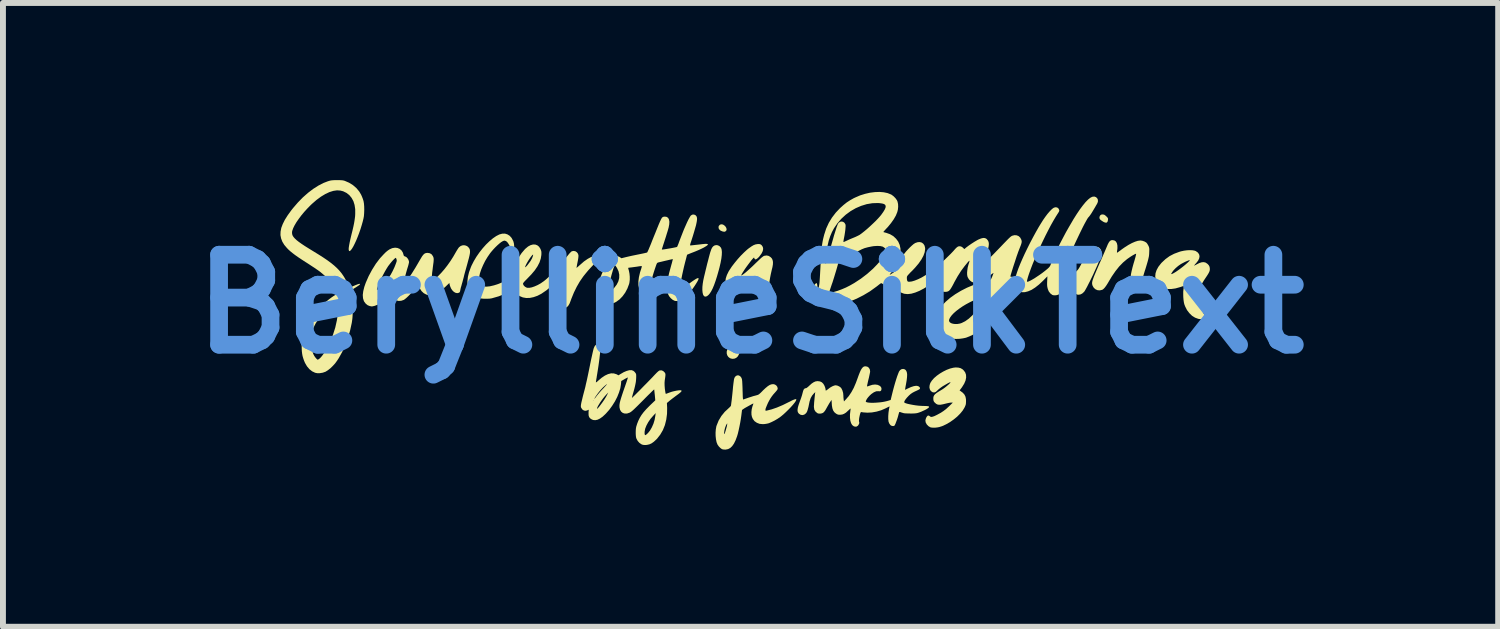
<source format=kicad_pcb>
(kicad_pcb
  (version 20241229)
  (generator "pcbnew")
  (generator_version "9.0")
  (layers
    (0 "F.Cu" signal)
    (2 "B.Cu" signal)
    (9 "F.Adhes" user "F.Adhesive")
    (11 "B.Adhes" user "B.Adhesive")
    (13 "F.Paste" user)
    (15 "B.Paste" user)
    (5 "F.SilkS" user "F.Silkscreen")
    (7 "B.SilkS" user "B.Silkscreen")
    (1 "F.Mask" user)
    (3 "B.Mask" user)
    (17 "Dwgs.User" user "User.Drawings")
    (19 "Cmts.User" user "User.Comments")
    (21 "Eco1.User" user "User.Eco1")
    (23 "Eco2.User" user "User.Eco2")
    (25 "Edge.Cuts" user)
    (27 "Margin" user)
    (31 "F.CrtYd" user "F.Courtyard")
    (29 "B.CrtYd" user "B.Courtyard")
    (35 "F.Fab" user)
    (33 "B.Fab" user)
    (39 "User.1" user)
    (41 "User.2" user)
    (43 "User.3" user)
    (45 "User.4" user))
  (footprint "BeryllineSilkText"
    (layer "F.Cu")
    (at 9.659 2.098)
    (property "Reference" "BeryllineSilkText" (at 0 0 0) (layer "Cmts.User") (effects (font (size 1.524 1.524) (thickness 0.3))))
    (attr board_only exclude_from_pos_files exclude_from_bom)
    (fp_poly (pts (xy -0.462 -1.343) (xy -0.44 -1.328) (xy -0.422 -1.309) (xy -0.41 -1.287) (xy -0.405 -1.265) (xy -0.409 -1.246) (xy -0.421 -1.233) (xy -0.432 -1.226) (xy -0.442 -1.224) (xy -0.456 -1.225) (xy -0.474 -1.229) (xy -0.506 -1.242) (xy -0.528 -1.261) (xy -0.541 -1.284) (xy -0.541 -1.311) (xy -0.538 -1.32) (xy -0.523 -1.339) (xy -0.508 -1.347) (xy -0.485 -1.35)) (stroke (width 0) (type solid)) (fill yes) (layer "F.SilkS"))
    (fp_poly (pts (xy -0.243 0.717) (xy -0.215 0.732) (xy -0.198 0.757) (xy -0.19 0.792) (xy -0.19 0.82) (xy -0.199 0.859) (xy -0.218 0.89) (xy -0.244 0.913) (xy -0.276 0.926) (xy -0.311 0.928) (xy -0.347 0.918) (xy -0.348 0.917) (xy -0.375 0.897) (xy -0.394 0.869) (xy -0.403 0.837) (xy -0.403 0.804) (xy -0.393 0.772) (xy -0.375 0.745) (xy -0.347 0.726) (xy -0.319 0.717) (xy -0.287 0.713) (xy -0.28 0.712)) (stroke (width 0) (type solid)) (fill yes) (layer "F.SilkS"))
    (fp_poly (pts (xy 5.993 -1.51) (xy 6.012 -1.496) (xy 6.025 -1.484) (xy 6.043 -1.466) (xy 6.051 -1.453) (xy 6.054 -1.441) (xy 6.053 -1.424) (xy 6.046 -1.396) (xy 6.034 -1.38) (xy 6.016 -1.377) (xy 5.991 -1.384) (xy 5.971 -1.394) (xy 5.941 -1.414) (xy 5.921 -1.43) (xy 5.911 -1.446) (xy 5.908 -1.463) (xy 5.908 -1.464) (xy 5.913 -1.487) (xy 5.926 -1.506) (xy 5.944 -1.515) (xy 5.947 -1.516) (xy 5.972 -1.516)) (stroke (width 0) (type solid)) (fill yes) (layer "F.SilkS"))
    (fp_poly (pts (xy -0.552 -0.994) (xy -0.524 -0.979) (xy -0.502 -0.955) (xy -0.498 -0.948) (xy -0.489 -0.92) (xy -0.485 -0.88) (xy -0.487 -0.829) (xy -0.494 -0.769) (xy -0.507 -0.699) (xy -0.525 -0.622) (xy -0.539 -0.569) (xy -0.566 -0.474) (xy -0.592 -0.392) (xy -0.617 -0.322) (xy -0.641 -0.264) (xy -0.665 -0.217) (xy -0.689 -0.18) (xy -0.708 -0.157) (xy -0.734 -0.135) (xy -0.758 -0.125) (xy -0.78 -0.129) (xy -0.791 -0.138) (xy -0.804 -0.161) (xy -0.812 -0.195) (xy -0.816 -0.239) (xy -0.815 -0.29) (xy -0.809 -0.347) (xy -0.799 -0.407) (xy -0.796 -0.419) (xy -0.787 -0.461) (xy -0.775 -0.51) (xy -0.762 -0.565) (xy -0.748 -0.622) (xy -0.734 -0.68) (xy -0.719 -0.736) (xy -0.706 -0.788) (xy -0.694 -0.833) (xy -0.684 -0.869) (xy -0.677 -0.89) (xy -0.664 -0.928) (xy -0.65 -0.955) (xy -0.635 -0.974) (xy -0.616 -0.988) (xy -0.61 -0.991) (xy -0.582 -0.998)) (stroke (width 0) (type solid)) (fill yes) (layer "F.SilkS"))
    (fp_poly (pts (xy 0.152 -1.015) (xy 0.167 -1.011) (xy 0.181 -1.002) (xy 0.189 -0.995) (xy 0.208 -0.966) (xy 0.214 -0.934) (xy 0.207 -0.897) (xy 0.187 -0.856) (xy 0.154 -0.811) (xy 0.141 -0.795) (xy 0.114 -0.77) (xy 0.093 -0.757) (xy 0.077 -0.757) (xy 0.066 -0.769) (xy 0.062 -0.784) (xy 0.058 -0.786) (xy 0.048 -0.779) (xy 0.033 -0.762) (xy 0.013 -0.739) (xy -0.014 -0.703) (xy -0.042 -0.666) (xy -0.07 -0.628) (xy -0.096 -0.591) (xy -0.118 -0.557) (xy -0.137 -0.527) (xy -0.15 -0.504) (xy -0.157 -0.489) (xy -0.158 -0.484) (xy -0.15 -0.485) (xy -0.133 -0.496) (xy -0.109 -0.514) (xy -0.078 -0.539) (xy -0.043 -0.57) (xy -0.003 -0.606) (xy 0.039 -0.645) (xy 0.08 -0.685) (xy 0.122 -0.725) (xy 0.155 -0.757) (xy 0.181 -0.781) (xy 0.201 -0.797) (xy 0.217 -0.809) (xy 0.23 -0.815) (xy 0.235 -0.817) (xy 0.274 -0.822) (xy 0.309 -0.814) (xy 0.342 -0.792) (xy 0.362 -0.77) (xy 0.374 -0.743) (xy 0.38 -0.712) (xy 0.379 -0.672) (xy 0.371 -0.624) (xy 0.36 -0.58) (xy 0.344 -0.51) (xy 0.33 -0.438) (xy 0.319 -0.368) (xy 0.311 -0.303) (xy 0.308 -0.247) (xy 0.307 -0.233) (xy 0.308 -0.206) (xy 0.312 -0.188) (xy 0.321 -0.173) (xy 0.325 -0.169) (xy 0.336 -0.153) (xy 0.342 -0.14) (xy 0.342 -0.138) (xy 0.336 -0.124) (xy 0.32 -0.109) (xy 0.299 -0.096) (xy 0.282 -0.09) (xy 0.261 -0.086) (xy 0.246 -0.085) (xy 0.231 -0.088) (xy 0.214 -0.094) (xy 0.193 -0.105) (xy 0.169 -0.121) (xy 0.159 -0.13) (xy 0.127 -0.169) (xy 0.104 -0.214) (xy 0.09 -0.267) (xy 0.084 -0.33) (xy 0.084 -0.347) (xy 0.083 -0.376) (xy 0.082 -0.397) (xy 0.08 -0.41) (xy 0.079 -0.412) (xy 0.072 -0.408) (xy 0.057 -0.397) (xy 0.037 -0.381) (xy 0.029 -0.375) (xy -0.027 -0.332) (xy -0.075 -0.298) (xy -0.119 -0.271) (xy -0.16 -0.251) (xy -0.194 -0.238) (xy -0.247 -0.225) (xy -0.296 -0.225) (xy -0.34 -0.238) (xy -0.375 -0.26) (xy -0.404 -0.295) (xy -0.421 -0.335) (xy -0.426 -0.382) (xy -0.419 -0.435) (xy -0.4 -0.492) (xy -0.369 -0.555) (xy -0.355 -0.577) (xy -0.316 -0.636) (xy -0.269 -0.697) (xy -0.218 -0.759) (xy -0.165 -0.818) (xy -0.111 -0.872) (xy -0.06 -0.919) (xy -0.025 -0.947) (xy 0.018 -0.977) (xy 0.054 -0.998) (xy 0.087 -1.01) (xy 0.119 -1.015) (xy 0.127 -1.016)) (stroke (width 0) (type solid)) (fill yes) (layer "F.SilkS"))
    (fp_poly (pts (xy 3.521 1.077) (xy 3.559 1.087) (xy 3.592 1.107) (xy 3.606 1.12) (xy 3.634 1.156) (xy 3.649 1.198) (xy 3.651 1.245) (xy 3.641 1.295) (xy 3.618 1.349) (xy 3.582 1.407) (xy 3.572 1.421) (xy 3.54 1.463) (xy 3.556 1.474) (xy 3.596 1.504) (xy 3.623 1.535) (xy 3.64 1.57) (xy 3.648 1.612) (xy 3.649 1.642) (xy 3.648 1.673) (xy 3.646 1.696) (xy 3.64 1.716) (xy 3.63 1.74) (xy 3.623 1.754) (xy 3.592 1.805) (xy 3.549 1.857) (xy 3.497 1.909) (xy 3.438 1.957) (xy 3.375 2.001) (xy 3.31 2.038) (xy 3.245 2.068) (xy 3.194 2.084) (xy 3.161 2.09) (xy 3.124 2.094) (xy 3.089 2.094) (xy 3.06 2.091) (xy 3.046 2.088) (xy 3.012 2.068) (xy 2.985 2.04) (xy 2.967 2.008) (xy 2.961 1.975) (xy 2.965 1.953) (xy 2.973 1.928) (xy 2.986 1.906) (xy 2.999 1.892) (xy 3.004 1.889) (xy 3.021 1.89) (xy 3.035 1.9) (xy 3.048 1.909) (xy 3.063 1.912) (xy 3.084 1.908) (xy 3.111 1.899) (xy 3.147 1.882) (xy 3.157 1.877) (xy 3.214 1.846) (xy 3.263 1.815) (xy 3.308 1.781) (xy 3.354 1.739) (xy 3.363 1.731) (xy 3.426 1.669) (xy 3.398 1.669) (xy 3.378 1.671) (xy 3.35 1.676) (xy 3.319 1.683) (xy 3.307 1.686) (xy 3.258 1.698) (xy 3.22 1.705) (xy 3.19 1.706) (xy 3.167 1.702) (xy 3.146 1.692) (xy 3.128 1.677) (xy 3.11 1.659) (xy 3.101 1.643) (xy 3.096 1.622) (xy 3.096 1.616) (xy 3.095 1.589) (xy 3.099 1.567) (xy 3.109 1.546) (xy 3.126 1.526) (xy 3.152 1.505) (xy 3.189 1.481) (xy 3.231 1.456) (xy 3.255 1.441) (xy 3.282 1.422) (xy 3.309 1.401) (xy 3.335 1.379) (xy 3.358 1.359) (xy 3.376 1.341) (xy 3.385 1.329) (xy 3.386 1.324) (xy 3.378 1.325) (xy 3.361 1.332) (xy 3.338 1.344) (xy 3.31 1.36) (xy 3.281 1.377) (xy 3.252 1.394) (xy 3.228 1.411) (xy 3.225 1.413) (xy 3.2 1.432) (xy 3.176 1.452) (xy 3.159 1.469) (xy 3.159 1.469) (xy 3.134 1.49) (xy 3.109 1.498) (xy 3.084 1.494) (xy 3.078 1.491) (xy 3.052 1.472) (xy 3.036 1.444) (xy 3.029 1.41) (xy 3.033 1.373) (xy 3.045 1.336) (xy 3.071 1.296) (xy 3.107 1.255) (xy 3.153 1.215) (xy 3.205 1.178) (xy 3.262 1.144) (xy 3.32 1.115) (xy 3.378 1.093) (xy 3.433 1.079) (xy 3.474 1.074)) (stroke (width 0) (type solid)) (fill yes) (layer "F.SilkS"))
    (fp_poly (pts (xy -0.2 1.209) (xy -0.177 1.221) (xy -0.158 1.243) (xy -0.147 1.268) (xy -0.144 1.284) (xy -0.141 1.31) (xy -0.139 1.347) (xy -0.137 1.39) (xy -0.135 1.439) (xy -0.135 1.458) (xy -0.133 1.51) (xy -0.132 1.55) (xy -0.131 1.578) (xy -0.129 1.598) (xy -0.127 1.61) (xy -0.125 1.616) (xy -0.121 1.617) (xy -0.12 1.616) (xy -0.097 1.608) (xy -0.066 1.597) (xy -0.029 1.584) (xy 0.01 1.572) (xy 0.046 1.56) (xy 0.077 1.552) (xy 0.092 1.548) (xy 0.11 1.543) (xy 0.125 1.538) (xy 0.139 1.531) (xy 0.154 1.519) (xy 0.173 1.502) (xy 0.198 1.477) (xy 0.21 1.464) (xy 0.255 1.422) (xy 0.294 1.39) (xy 0.328 1.369) (xy 0.359 1.359) (xy 0.387 1.357) (xy 0.414 1.364) (xy 0.437 1.38) (xy 0.453 1.402) (xy 0.46 1.427) (xy 0.458 1.441) (xy 0.452 1.454) (xy 0.437 1.473) (xy 0.418 1.495) (xy 0.41 1.504) (xy 0.385 1.532) (xy 0.359 1.566) (xy 0.336 1.6) (xy 0.333 1.605) (xy 0.314 1.639) (xy 0.295 1.675) (xy 0.279 1.712) (xy 0.265 1.746) (xy 0.255 1.773) (xy 0.252 1.792) (xy 0.252 1.794) (xy 0.253 1.804) (xy 0.26 1.807) (xy 0.274 1.805) (xy 0.357 1.784) (xy 0.447 1.753) (xy 0.546 1.711) (xy 0.651 1.659) (xy 0.662 1.654) (xy 0.706 1.631) (xy 0.74 1.617) (xy 0.762 1.611) (xy 0.774 1.612) (xy 0.775 1.622) (xy 0.767 1.641) (xy 0.749 1.668) (xy 0.742 1.677) (xy 0.715 1.71) (xy 0.68 1.749) (xy 0.64 1.79) (xy 0.598 1.831) (xy 0.557 1.869) (xy 0.521 1.899) (xy 0.507 1.91) (xy 0.459 1.943) (xy 0.408 1.973) (xy 0.358 1.998) (xy 0.314 2.017) (xy 0.297 2.022) (xy 0.268 2.028) (xy 0.233 2.033) (xy 0.206 2.034) (xy 0.153 2.029) (xy 0.107 2.011) (xy 0.068 1.984) (xy 0.039 1.946) (xy 0.024 1.911) (xy 0.016 1.874) (xy 0.015 1.83) (xy 0.02 1.783) (xy 0.031 1.738) (xy 0.034 1.729) (xy 0.042 1.707) (xy 0.047 1.691) (xy 0.049 1.684) (xy 0.043 1.686) (xy 0.028 1.693) (xy 0.006 1.705) (xy -0.02 1.719) (xy -0.047 1.734) (xy -0.074 1.749) (xy -0.097 1.762) (xy -0.114 1.773) (xy -0.115 1.774) (xy -0.144 1.794) (xy -0.156 1.888) (xy -0.165 1.951) (xy -0.176 2.016) (xy -0.189 2.081) (xy -0.202 2.142) (xy -0.215 2.196) (xy -0.227 2.237) (xy -0.253 2.307) (xy -0.281 2.364) (xy -0.311 2.407) (xy -0.344 2.438) (xy -0.38 2.457) (xy -0.421 2.465) (xy -0.43 2.465) (xy -0.455 2.464) (xy -0.476 2.46) (xy -0.485 2.457) (xy -0.51 2.439) (xy -0.535 2.414) (xy -0.555 2.387) (xy -0.559 2.38) (xy -0.575 2.34) (xy -0.585 2.291) (xy -0.591 2.236) (xy -0.592 2.189) (xy -0.447 2.189) (xy -0.446 2.201) (xy -0.442 2.202) (xy -0.437 2.192) (xy -0.429 2.169) (xy -0.418 2.133) (xy -0.412 2.11) (xy -0.401 2.071) (xy -0.396 2.043) (xy -0.394 2.027) (xy -0.396 2.023) (xy -0.403 2.032) (xy -0.414 2.053) (xy -0.415 2.054) (xy -0.431 2.095) (xy -0.442 2.14) (xy -0.447 2.181) (xy -0.447 2.189) (xy -0.592 2.189) (xy -0.592 2.178) (xy -0.588 2.123) (xy -0.579 2.072) (xy -0.574 2.057) (xy -0.54 1.973) (xy -0.493 1.895) (xy -0.436 1.825) (xy -0.386 1.779) (xy -0.364 1.758) (xy -0.345 1.74) (xy -0.334 1.726) (xy -0.332 1.722) (xy -0.329 1.703) (xy -0.325 1.671) (xy -0.319 1.627) (xy -0.313 1.572) (xy -0.306 1.506) (xy -0.3 1.446) (xy -0.296 1.4) (xy -0.291 1.357) (xy -0.286 1.319) (xy -0.282 1.29) (xy -0.279 1.271) (xy -0.279 1.269) (xy -0.266 1.238) (xy -0.247 1.218) (xy -0.224 1.208)) (stroke (width 0) (type solid)) (fill yes) (layer "F.SilkS"))
    (fp_poly (pts (xy -4.836 -0.994) (xy -4.803 -0.982) (xy -4.79 -0.973) (xy -4.773 -0.956) (xy -4.761 -0.939) (xy -4.753 -0.919) (xy -4.75 -0.894) (xy -4.751 -0.864) (xy -4.758 -0.825) (xy -4.769 -0.778) (xy -4.785 -0.72) (xy -4.791 -0.697) (xy -4.805 -0.646) (xy -4.82 -0.592) (xy -4.835 -0.539) (xy -4.848 -0.491) (xy -4.857 -0.452) (xy -4.857 -0.452) (xy -4.868 -0.412) (xy -4.878 -0.373) (xy -4.888 -0.339) (xy -4.895 -0.313) (xy -4.896 -0.309) (xy -4.905 -0.28) (xy -4.912 -0.25) (xy -4.915 -0.232) (xy -4.92 -0.21) (xy -4.928 -0.197) (xy -4.94 -0.19) (xy -4.967 -0.184) (xy -4.996 -0.19) (xy -5.024 -0.206) (xy -5.05 -0.232) (xy -5.072 -0.265) (xy -5.088 -0.304) (xy -5.095 -0.33) (xy -5.1 -0.356) (xy -5.171 -0.288) (xy -5.23 -0.236) (xy -5.284 -0.196) (xy -5.334 -0.169) (xy -5.381 -0.153) (xy -5.426 -0.148) (xy -5.47 -0.154) (xy -5.492 -0.161) (xy -5.534 -0.184) (xy -5.57 -0.218) (xy -5.598 -0.261) (xy -5.614 -0.306) (xy -5.62 -0.323) (xy -5.626 -0.334) (xy -5.627 -0.335) (xy -5.633 -0.329) (xy -5.645 -0.315) (xy -5.661 -0.293) (xy -5.674 -0.274) (xy -5.7 -0.239) (xy -5.731 -0.202) (xy -5.764 -0.165) (xy -5.798 -0.131) (xy -5.829 -0.102) (xy -5.856 -0.08) (xy -5.873 -0.069) (xy -5.915 -0.055) (xy -5.958 -0.052) (xy -6 -0.062) (xy -6.037 -0.081) (xy -6.068 -0.111) (xy -6.089 -0.149) (xy -6.089 -0.149) (xy -6.097 -0.169) (xy -6.164 -0.105) (xy -6.221 -0.054) (xy -6.272 -0.015) (xy -6.319 0.013) (xy -6.361 0.03) (xy -6.365 0.031) (xy -6.39 0.037) (xy -6.406 0.04) (xy -6.42 0.04) (xy -6.436 0.037) (xy -6.45 0.034) (xy -6.484 0.02) (xy -6.516 -0.006) (xy -6.541 -0.039) (xy -6.548 -0.052) (xy -6.562 -0.098) (xy -6.566 -0.154) (xy -6.558 -0.217) (xy -6.552 -0.242) (xy -6.327 -0.242) (xy -6.323 -0.24) (xy -6.316 -0.243) (xy -6.307 -0.25) (xy -6.29 -0.266) (xy -6.267 -0.287) (xy -6.242 -0.313) (xy -6.233 -0.322) (xy -6.178 -0.382) (xy -6.133 -0.438) (xy -6.094 -0.495) (xy -6.061 -0.556) (xy -6.029 -0.624) (xy -6.019 -0.649) (xy -6.006 -0.683) (xy -5.997 -0.708) (xy -5.992 -0.725) (xy -5.991 -0.739) (xy -5.993 -0.751) (xy -5.994 -0.755) (xy -6 -0.772) (xy -6.006 -0.782) (xy -6.008 -0.782) (xy -6.017 -0.777) (xy -6.033 -0.763) (xy -6.054 -0.742) (xy -6.077 -0.716) (xy -6.101 -0.687) (xy -6.123 -0.658) (xy -6.135 -0.643) (xy -6.161 -0.602) (xy -6.19 -0.553) (xy -6.219 -0.499) (xy -6.247 -0.444) (xy -6.273 -0.388) (xy -6.296 -0.336) (xy -6.313 -0.291) (xy -6.324 -0.255) (xy -6.327 -0.242) (xy -6.552 -0.242) (xy -6.54 -0.29) (xy -6.516 -0.359) (xy -6.466 -0.473) (xy -6.408 -0.581) (xy -6.344 -0.683) (xy -6.274 -0.775) (xy -6.212 -0.842) (xy -6.175 -0.879) (xy -6.142 -0.906) (xy -6.112 -0.926) (xy -6.081 -0.94) (xy -6.063 -0.947) (xy -6.019 -0.954) (xy -5.978 -0.949) (xy -5.94 -0.933) (xy -5.909 -0.906) (xy -5.887 -0.87) (xy -5.877 -0.837) (xy -5.871 -0.818) (xy -5.861 -0.809) (xy -5.853 -0.807) (xy -5.828 -0.795) (xy -5.807 -0.773) (xy -5.791 -0.746) (xy -5.783 -0.716) (xy -5.783 -0.709) (xy -5.785 -0.697) (xy -5.79 -0.674) (xy -5.798 -0.644) (xy -5.809 -0.609) (xy -5.812 -0.6) (xy -5.822 -0.565) (xy -5.833 -0.526) (xy -5.844 -0.485) (xy -5.854 -0.445) (xy -5.863 -0.408) (xy -5.87 -0.376) (xy -5.875 -0.352) (xy -5.877 -0.338) (xy -5.876 -0.336) (xy -5.872 -0.337) (xy -5.863 -0.346) (xy -5.849 -0.363) (xy -5.828 -0.39) (xy -5.8 -0.427) (xy -5.797 -0.43) (xy -5.768 -0.47) (xy -5.739 -0.512) (xy -5.709 -0.56) (xy -5.676 -0.613) (xy -5.639 -0.676) (xy -5.61 -0.726) (xy -5.583 -0.772) (xy -5.562 -0.807) (xy -5.543 -0.832) (xy -5.526 -0.849) (xy -5.509 -0.859) (xy -5.491 -0.864) (xy -5.47 -0.866) (xy -5.469 -0.866) (xy -5.432 -0.86) (xy -5.402 -0.843) (xy -5.38 -0.813) (xy -5.376 -0.805) (xy -5.371 -0.794) (xy -5.368 -0.783) (xy -5.366 -0.771) (xy -5.365 -0.755) (xy -5.366 -0.735) (xy -5.368 -0.708) (xy -5.373 -0.672) (xy -5.379 -0.626) (xy -5.384 -0.583) (xy -5.391 -0.531) (xy -5.395 -0.485) (xy -5.398 -0.447) (xy -5.398 -0.417) (xy -5.397 -0.398) (xy -5.393 -0.391) (xy -5.393 -0.391) (xy -5.386 -0.395) (xy -5.37 -0.406) (xy -5.348 -0.423) (xy -5.331 -0.436) (xy -5.285 -0.478) (xy -5.235 -0.53) (xy -5.183 -0.59) (xy -5.131 -0.657) (xy -5.081 -0.728) (xy -5.035 -0.8) (xy -4.997 -0.866) (xy -4.979 -0.897) (xy -4.961 -0.926) (xy -4.945 -0.95) (xy -4.935 -0.962) (xy -4.906 -0.984) (xy -4.871 -0.995)) (stroke (width 0) (type solid)) (fill yes) (layer "F.SilkS"))
    (fp_poly (pts (xy 6.162 -1.076) (xy 6.186 -1.059) (xy 6.203 -1.031) (xy 6.212 -0.993) (xy 6.213 -0.947) (xy 6.21 -0.919) (xy 6.206 -0.895) (xy 6.205 -0.876) (xy 6.205 -0.868) (xy 6.205 -0.868) (xy 6.211 -0.871) (xy 6.226 -0.881) (xy 6.248 -0.897) (xy 6.275 -0.916) (xy 6.284 -0.924) (xy 6.343 -0.965) (xy 6.402 -1.002) (xy 6.458 -1.032) (xy 6.511 -1.055) (xy 6.558 -1.07) (xy 6.597 -1.075) (xy 6.6 -1.076) (xy 6.635 -1.071) (xy 6.67 -1.059) (xy 6.699 -1.042) (xy 6.706 -1.036) (xy 6.719 -1.019) (xy 6.733 -0.995) (xy 6.74 -0.982) (xy 6.747 -0.964) (xy 6.751 -0.948) (xy 6.753 -0.928) (xy 6.752 -0.902) (xy 6.751 -0.873) (xy 6.75 -0.848) (xy 6.748 -0.826) (xy 6.745 -0.804) (xy 6.74 -0.781) (xy 6.734 -0.755) (xy 6.726 -0.724) (xy 6.715 -0.686) (xy 6.701 -0.639) (xy 6.683 -0.58) (xy 6.68 -0.573) (xy 6.663 -0.517) (xy 6.65 -0.473) (xy 6.64 -0.439) (xy 6.634 -0.414) (xy 6.631 -0.395) (xy 6.631 -0.383) (xy 6.632 -0.374) (xy 6.634 -0.371) (xy 6.646 -0.363) (xy 6.669 -0.359) (xy 6.701 -0.358) (xy 6.738 -0.359) (xy 6.779 -0.364) (xy 6.82 -0.371) (xy 6.845 -0.377) (xy 6.87 -0.384) (xy 6.86 -0.421) (xy 6.853 -0.469) (xy 6.857 -0.509) (xy 7.123 -0.509) (xy 7.129 -0.506) (xy 7.144 -0.512) (xy 7.169 -0.525) (xy 7.202 -0.545) (xy 7.218 -0.556) (xy 7.254 -0.581) (xy 7.29 -0.608) (xy 7.326 -0.636) (xy 7.359 -0.663) (xy 7.389 -0.689) (xy 7.413 -0.711) (xy 7.429 -0.728) (xy 7.437 -0.74) (xy 7.437 -0.743) (xy 7.429 -0.743) (xy 7.412 -0.736) (xy 7.387 -0.726) (xy 7.359 -0.714) (xy 7.33 -0.699) (xy 7.303 -0.685) (xy 7.285 -0.675) (xy 7.241 -0.644) (xy 7.2 -0.609) (xy 7.165 -0.573) (xy 7.145 -0.547) (xy 7.133 -0.528) (xy 7.125 -0.514) (xy 7.123 -0.509) (xy 6.857 -0.509) (xy 6.858 -0.521) (xy 6.876 -0.575) (xy 6.906 -0.63) (xy 6.948 -0.684) (xy 6.961 -0.699) (xy 7.026 -0.76) (xy 7.096 -0.811) (xy 7.173 -0.851) (xy 7.259 -0.883) (xy 7.288 -0.892) (xy 7.34 -0.903) (xy 7.392 -0.91) (xy 7.442 -0.912) (xy 7.486 -0.91) (xy 7.522 -0.903) (xy 7.54 -0.896) (xy 7.574 -0.872) (xy 7.595 -0.843) (xy 7.603 -0.811) (xy 7.598 -0.775) (xy 7.58 -0.736) (xy 7.548 -0.695) (xy 7.544 -0.691) (xy 7.527 -0.672) (xy 7.516 -0.658) (xy 7.511 -0.65) (xy 7.511 -0.649) (xy 7.52 -0.653) (xy 7.536 -0.661) (xy 7.553 -0.67) (xy 7.6 -0.694) (xy 7.641 -0.707) (xy 7.676 -0.709) (xy 7.707 -0.701) (xy 7.736 -0.681) (xy 7.743 -0.675) (xy 7.762 -0.653) (xy 7.772 -0.632) (xy 7.776 -0.613) (xy 7.778 -0.591) (xy 7.776 -0.57) (xy 7.769 -0.547) (xy 7.756 -0.521) (xy 7.736 -0.488) (xy 7.714 -0.455) (xy 7.674 -0.395) (xy 7.643 -0.342) (xy 7.621 -0.294) (xy 7.605 -0.249) (xy 7.595 -0.204) (xy 7.591 -0.158) (xy 7.59 -0.129) (xy 7.595 -0.067) (xy 7.606 -0.004) (xy 7.624 0.058) (xy 7.647 0.115) (xy 7.674 0.164) (xy 7.692 0.187) (xy 7.705 0.205) (xy 7.715 0.218) (xy 7.717 0.223) (xy 7.711 0.234) (xy 7.693 0.244) (xy 7.669 0.251) (xy 7.639 0.254) (xy 7.609 0.255) (xy 7.582 0.251) (xy 7.527 0.231) (xy 7.476 0.199) (xy 7.431 0.155) (xy 7.391 0.103) (xy 7.36 0.042) (xy 7.345 0.003) (xy 7.338 -0.028) (xy 7.332 -0.07) (xy 7.328 -0.117) (xy 7.327 -0.165) (xy 7.327 -0.21) (xy 7.331 -0.248) (xy 7.333 -0.259) (xy 7.336 -0.282) (xy 7.338 -0.298) (xy 7.338 -0.304) (xy 7.331 -0.304) (xy 7.313 -0.299) (xy 7.289 -0.291) (xy 7.274 -0.286) (xy 7.195 -0.264) (xy 7.123 -0.254) (xy 7.058 -0.255) (xy 7 -0.268) (xy 6.975 -0.279) (xy 6.956 -0.287) (xy 6.942 -0.293) (xy 6.939 -0.293) (xy 6.931 -0.291) (xy 6.912 -0.285) (xy 6.886 -0.276) (xy 6.854 -0.264) (xy 6.847 -0.262) (xy 6.776 -0.238) (xy 6.711 -0.222) (xy 6.655 -0.213) (xy 6.609 -0.212) (xy 6.588 -0.215) (xy 6.538 -0.231) (xy 6.499 -0.255) (xy 6.469 -0.29) (xy 6.448 -0.335) (xy 6.442 -0.356) (xy 6.436 -0.387) (xy 6.434 -0.422) (xy 6.436 -0.461) (xy 6.442 -0.505) (xy 6.453 -0.558) (xy 6.468 -0.62) (xy 6.488 -0.692) (xy 6.498 -0.724) (xy 6.509 -0.763) (xy 6.519 -0.798) (xy 6.525 -0.825) (xy 6.529 -0.844) (xy 6.529 -0.851) (xy 6.529 -0.851) (xy 6.519 -0.849) (xy 6.5 -0.84) (xy 6.475 -0.826) (xy 6.445 -0.808) (xy 6.414 -0.787) (xy 6.384 -0.766) (xy 6.378 -0.762) (xy 6.308 -0.703) (xy 6.242 -0.635) (xy 6.179 -0.556) (xy 6.117 -0.466) (xy 6.078 -0.401) (xy 6.048 -0.35) (xy 6.023 -0.311) (xy 6.001 -0.281) (xy 5.982 -0.26) (xy 5.965 -0.246) (xy 5.953 -0.24) (xy 5.914 -0.231) (xy 5.876 -0.234) (xy 5.842 -0.249) (xy 5.813 -0.274) (xy 5.793 -0.308) (xy 5.79 -0.317) (xy 5.786 -0.331) (xy 5.784 -0.345) (xy 5.784 -0.361) (xy 5.787 -0.38) (xy 5.793 -0.404) (xy 5.803 -0.432) (xy 5.816 -0.468) (xy 5.834 -0.511) (xy 5.856 -0.563) (xy 5.883 -0.626) (xy 5.914 -0.697) (xy 5.938 -0.75) (xy 5.961 -0.803) (xy 5.983 -0.854) (xy 6.003 -0.9) (xy 6.019 -0.938) (xy 6.031 -0.966) (xy 6.049 -1.009) (xy 6.066 -1.041) (xy 6.082 -1.063) (xy 6.099 -1.076) (xy 6.118 -1.082) (xy 6.132 -1.082)) (stroke (width 0) (type solid)) (fill yes) (layer "F.SilkS"))
    (fp_poly (pts (xy -4.116 -1.179) (xy -4.078 -1.155) (xy -4.046 -1.119) (xy -4.021 -1.072) (xy -4.015 -1.057) (xy -4.007 -1.026) (xy -4.003 -0.993) (xy -4.002 -0.961) (xy -4.004 -0.932) (xy -4.009 -0.909) (xy -4.016 -0.894) (xy -4.026 -0.889) (xy -4.031 -0.892) (xy -4.037 -0.899) (xy -4.046 -0.916) (xy -4.058 -0.94) (xy -4.065 -0.955) (xy -4.086 -0.998) (xy -4.105 -1.029) (xy -4.122 -1.051) (xy -4.14 -1.065) (xy -4.148 -1.068) (xy -4.162 -1.073) (xy -4.176 -1.072) (xy -4.194 -1.065) (xy -4.201 -1.061) (xy -4.224 -1.047) (xy -4.253 -1.024) (xy -4.287 -0.994) (xy -4.322 -0.96) (xy -4.356 -0.924) (xy -4.387 -0.888) (xy -4.408 -0.862) (xy -4.453 -0.797) (xy -4.494 -0.729) (xy -4.529 -0.658) (xy -4.559 -0.588) (xy -4.582 -0.52) (xy -4.596 -0.458) (xy -4.602 -0.403) (xy -4.602 -0.397) (xy -4.597 -0.358) (xy -4.581 -0.329) (xy -4.555 -0.308) (xy -4.518 -0.296) (xy -4.471 -0.294) (xy -4.413 -0.3) (xy -4.345 -0.316) (xy -4.29 -0.333) (xy -4.265 -0.342) (xy -4.233 -0.355) (xy -4.197 -0.37) (xy -4.16 -0.388) (xy -4.124 -0.405) (xy -4.092 -0.42) (xy -4.069 -0.433) (xy -4.056 -0.441) (xy -4.048 -0.453) (xy -4.04 -0.478) (xy -4.031 -0.514) (xy -4.03 -0.521) (xy -4.006 -0.613) (xy -4.002 -0.624) (xy -3.816 -0.624) (xy -3.814 -0.622) (xy -3.807 -0.627) (xy -3.794 -0.64) (xy -3.776 -0.66) (xy -3.765 -0.675) (xy -3.726 -0.727) (xy -3.7 -0.773) (xy -3.685 -0.813) (xy -3.684 -0.817) (xy -3.681 -0.833) (xy -3.683 -0.837) (xy -3.69 -0.832) (xy -3.691 -0.831) (xy -3.706 -0.816) (xy -3.723 -0.794) (xy -3.742 -0.767) (xy -3.761 -0.738) (xy -3.779 -0.708) (xy -3.795 -0.679) (xy -3.807 -0.654) (xy -3.815 -0.635) (xy -3.816 -0.624) (xy -4.002 -0.624) (xy -3.971 -0.702) (xy -3.928 -0.786) (xy -3.876 -0.863) (xy -3.819 -0.93) (xy -3.81 -0.938) (xy -3.767 -0.974) (xy -3.724 -0.997) (xy -3.683 -1.008) (xy -3.645 -1.007) (xy -3.61 -0.994) (xy -3.581 -0.97) (xy -3.557 -0.933) (xy -3.555 -0.927) (xy -3.547 -0.906) (xy -3.542 -0.887) (xy -3.541 -0.864) (xy -3.542 -0.832) (xy -3.542 -0.831) (xy -3.552 -0.769) (xy -3.573 -0.705) (xy -3.607 -0.639) (xy -3.653 -0.571) (xy -3.712 -0.501) (xy -3.766 -0.445) (xy -3.798 -0.412) (xy -3.822 -0.388) (xy -3.838 -0.37) (xy -3.847 -0.358) (xy -3.852 -0.348) (xy -3.852 -0.341) (xy -3.852 -0.337) (xy -3.84 -0.313) (xy -3.818 -0.292) (xy -3.792 -0.278) (xy -3.781 -0.275) (xy -3.747 -0.274) (xy -3.704 -0.282) (xy -3.657 -0.298) (xy -3.605 -0.321) (xy -3.553 -0.35) (xy -3.503 -0.385) (xy -3.502 -0.385) (xy -3.458 -0.421) (xy -3.408 -0.467) (xy -3.353 -0.522) (xy -3.294 -0.584) (xy -3.234 -0.653) (xy -3.172 -0.725) (xy -3.111 -0.801) (xy -3.092 -0.825) (xy -3.068 -0.854) (xy -3.047 -0.876) (xy -3.03 -0.891) (xy -3.024 -0.894) (xy -2.994 -0.899) (xy -2.965 -0.893) (xy -2.94 -0.876) (xy -2.922 -0.852) (xy -2.914 -0.826) (xy -2.914 -0.807) (xy -2.917 -0.777) (xy -2.923 -0.74) (xy -2.929 -0.709) (xy -2.936 -0.675) (xy -2.941 -0.646) (xy -2.945 -0.625) (xy -2.947 -0.613) (xy -2.947 -0.613) (xy -2.942 -0.615) (xy -2.93 -0.625) (xy -2.91 -0.642) (xy -2.887 -0.663) (xy -2.883 -0.666) (xy -2.82 -0.721) (xy -2.758 -0.764) (xy -2.698 -0.797) (xy -2.64 -0.817) (xy -2.587 -0.825) (xy -2.581 -0.825) (xy -2.55 -0.824) (xy -2.524 -0.819) (xy -2.507 -0.812) (xy -2.5 -0.804) (xy -2.506 -0.797) (xy -2.52 -0.786) (xy -2.537 -0.776) (xy -2.56 -0.76) (xy -2.59 -0.734) (xy -2.625 -0.701) (xy -2.664 -0.661) (xy -2.705 -0.617) (xy -2.747 -0.571) (xy -2.787 -0.523) (xy -2.825 -0.476) (xy -2.837 -0.46) (xy -2.891 -0.382) (xy -2.943 -0.292) (xy -2.991 -0.194) (xy -3.033 -0.091) (xy -3.046 -0.055) (xy -3.064 -0.008) (xy -3.084 0.026) (xy -3.105 0.049) (xy -3.129 0.063) (xy -3.154 0.067) (xy -3.185 0.067) (xy -3.21 0.06) (xy -3.211 0.06) (xy -3.234 0.043) (xy -3.253 0.016) (xy -3.265 -0.015) (xy -3.265 -0.018) (xy -3.265 -0.031) (xy -3.261 -0.058) (xy -3.254 -0.097) (xy -3.244 -0.147) (xy -3.231 -0.209) (xy -3.217 -0.276) (xy -3.205 -0.331) (xy -3.194 -0.382) (xy -3.184 -0.427) (xy -3.176 -0.464) (xy -3.17 -0.492) (xy -3.167 -0.51) (xy -3.166 -0.515) (xy -3.171 -0.511) (xy -3.184 -0.498) (xy -3.202 -0.478) (xy -3.223 -0.454) (xy -3.225 -0.452) (xy -3.3 -0.37) (xy -3.378 -0.297) (xy -3.455 -0.233) (xy -3.531 -0.181) (xy -3.541 -0.174) (xy -3.609 -0.139) (xy -3.675 -0.116) (xy -3.739 -0.103) (xy -3.8 -0.102) (xy -3.856 -0.112) (xy -3.907 -0.133) (xy -3.951 -0.164) (xy -3.987 -0.207) (xy -3.988 -0.209) (xy -4.001 -0.228) (xy -4.012 -0.241) (xy -4.017 -0.244) (xy -4.026 -0.241) (xy -4.043 -0.232) (xy -4.065 -0.22) (xy -4.065 -0.22) (xy -4.161 -0.171) (xy -4.265 -0.13) (xy -4.373 -0.099) (xy -4.379 -0.097) (xy -4.418 -0.091) (xy -4.464 -0.089) (xy -4.512 -0.089) (xy -4.557 -0.093) (xy -4.595 -0.101) (xy -4.606 -0.104) (xy -4.665 -0.131) (xy -4.713 -0.167) (xy -4.75 -0.211) (xy -4.776 -0.262) (xy -4.791 -0.321) (xy -4.794 -0.386) (xy -4.786 -0.459) (xy -4.767 -0.538) (xy -4.736 -0.623) (xy -4.724 -0.651) (xy -4.686 -0.726) (xy -4.642 -0.8) (xy -4.592 -0.872) (xy -4.537 -0.942) (xy -4.48 -1.006) (xy -4.421 -1.063) (xy -4.363 -1.112) (xy -4.306 -1.151) (xy -4.253 -1.178) (xy -4.205 -1.191) (xy -4.158 -1.192)) (stroke (width 0) (type solid)) (fill yes) (layer "F.SilkS"))
    (fp_poly (pts (xy -6.962 -2.098) (xy -6.929 -2.096) (xy -6.904 -2.094) (xy -6.883 -2.089) (xy -6.872 -2.086) (xy -6.798 -2.054) (xy -6.732 -2.013) (xy -6.674 -1.963) (xy -6.626 -1.905) (xy -6.594 -1.851) (xy -6.579 -1.817) (xy -6.565 -1.781) (xy -6.555 -1.749) (xy -6.553 -1.742) (xy -6.546 -1.701) (xy -6.542 -1.65) (xy -6.541 -1.595) (xy -6.543 -1.539) (xy -6.547 -1.487) (xy -6.553 -1.453) (xy -6.567 -1.395) (xy -6.585 -1.332) (xy -6.605 -1.267) (xy -6.628 -1.201) (xy -6.652 -1.138) (xy -6.677 -1.077) (xy -6.702 -1.023) (xy -6.725 -0.977) (xy -6.747 -0.94) (xy -6.763 -0.918) (xy -6.777 -0.903) (xy -6.787 -0.896) (xy -6.794 -0.897) (xy -6.798 -0.901) (xy -6.803 -0.911) (xy -6.805 -0.93) (xy -6.803 -0.957) (xy -6.797 -0.995) (xy -6.788 -1.043) (xy -6.775 -1.102) (xy -6.758 -1.174) (xy -6.758 -1.174) (xy -6.74 -1.246) (xy -6.726 -1.307) (xy -6.715 -1.359) (xy -6.707 -1.405) (xy -6.701 -1.447) (xy -6.696 -1.486) (xy -6.694 -1.526) (xy -6.694 -1.526) (xy -6.694 -1.605) (xy -6.705 -1.678) (xy -6.725 -1.742) (xy -6.756 -1.798) (xy -6.795 -1.845) (xy -6.843 -1.882) (xy -6.898 -1.909) (xy -6.945 -1.921) (xy -7.002 -1.925) (xy -7.064 -1.916) (xy -7.131 -1.895) (xy -7.201 -1.862) (xy -7.274 -1.818) (xy -7.35 -1.762) (xy -7.427 -1.695) (xy -7.449 -1.674) (xy -7.504 -1.618) (xy -7.557 -1.56) (xy -7.606 -1.501) (xy -7.65 -1.442) (xy -7.689 -1.386) (xy -7.721 -1.332) (xy -7.744 -1.285) (xy -7.759 -1.243) (xy -7.763 -1.227) (xy -7.764 -1.203) (xy -7.761 -1.18) (xy -7.753 -1.157) (xy -7.738 -1.134) (xy -7.716 -1.109) (xy -7.687 -1.082) (xy -7.649 -1.052) (xy -7.601 -1.018) (xy -7.544 -0.98) (xy -7.475 -0.937) (xy -7.41 -0.897) (xy -7.317 -0.84) (xy -7.237 -0.789) (xy -7.166 -0.741) (xy -7.105 -0.696) (xy -7.052 -0.653) (xy -7.006 -0.611) (xy -6.966 -0.57) (xy -6.931 -0.528) (xy -6.903 -0.489) (xy -6.884 -0.46) (xy -6.864 -0.426) (xy -6.844 -0.39) (xy -6.825 -0.354) (xy -6.81 -0.323) (xy -6.8 -0.299) (xy -6.799 -0.294) (xy -6.797 -0.287) (xy -6.793 -0.283) (xy -6.787 -0.282) (xy -6.776 -0.284) (xy -6.758 -0.291) (xy -6.73 -0.302) (xy -6.696 -0.317) (xy -6.663 -0.33) (xy -6.64 -0.338) (xy -6.625 -0.342) (xy -6.616 -0.341) (xy -6.614 -0.339) (xy -6.613 -0.334) (xy -6.62 -0.326) (xy -6.635 -0.314) (xy -6.659 -0.298) (xy -6.69 -0.278) (xy -6.724 -0.257) (xy -6.747 -0.242) (xy -6.762 -0.23) (xy -6.769 -0.222) (xy -6.771 -0.215) (xy -6.77 -0.213) (xy -6.758 -0.165) (xy -6.75 -0.121) (xy -6.743 -0.079) (xy -6.739 -0.033) (xy -6.737 0.019) (xy -6.737 0.08) (xy -6.737 0.084) (xy -6.737 0.139) (xy -6.738 0.184) (xy -6.74 0.221) (xy -6.743 0.255) (xy -6.748 0.289) (xy -6.752 0.317) (xy -6.78 0.446) (xy -6.817 0.573) (xy -6.862 0.696) (xy -6.914 0.811) (xy -6.973 0.917) (xy -6.999 0.957) (xy -7.033 1.004) (xy -7.073 1.048) (xy -7.114 1.088) (xy -7.156 1.121) (xy -7.194 1.145) (xy -7.198 1.147) (xy -7.244 1.163) (xy -7.293 1.171) (xy -7.339 1.171) (xy -7.373 1.164) (xy -7.423 1.14) (xy -7.469 1.104) (xy -7.51 1.056) (xy -7.544 0.998) (xy -7.561 0.958) (xy -7.575 0.917) (xy -7.586 0.879) (xy -7.593 0.84) (xy -7.598 0.797) (xy -7.6 0.747) (xy -7.601 0.691) (xy -7.601 0.645) (xy -7.6 0.609) (xy -7.599 0.592) (xy -7.444 0.592) (xy -7.443 0.675) (xy -7.431 0.756) (xy -7.409 0.833) (xy -7.405 0.844) (xy -7.392 0.87) (xy -7.376 0.896) (xy -7.358 0.918) (xy -7.342 0.935) (xy -7.329 0.943) (xy -7.327 0.943) (xy -7.318 0.938) (xy -7.302 0.927) (xy -7.29 0.917) (xy -7.272 0.898) (xy -7.251 0.872) (xy -7.231 0.845) (xy -7.228 0.842) (xy -7.169 0.743) (xy -7.115 0.634) (xy -7.07 0.519) (xy -7.032 0.399) (xy -7.005 0.278) (xy -6.991 0.183) (xy -6.988 0.153) (xy -6.986 0.117) (xy -6.985 0.078) (xy -6.985 0.039) (xy -6.985 0.003) (xy -6.987 -0.029) (xy -6.989 -0.052) (xy -6.992 -0.065) (xy -6.992 -0.067) (xy -7 -0.065) (xy -7.017 -0.054) (xy -7.041 -0.035) (xy -7.072 -0.008) (xy -7.109 0.025) (xy -7.123 0.038) (xy -7.198 0.112) (xy -7.264 0.187) (xy -7.321 0.261) (xy -7.367 0.334) (xy -7.402 0.404) (xy -7.415 0.436) (xy -7.435 0.511) (xy -7.444 0.592) (xy -7.599 0.592) (xy -7.598 0.581) (xy -7.595 0.557) (xy -7.591 0.534) (xy -7.584 0.508) (xy -7.583 0.503) (xy -7.554 0.417) (xy -7.512 0.331) (xy -7.458 0.246) (xy -7.391 0.159) (xy -7.311 0.071) (xy -7.296 0.056) (xy -7.264 0.025) (xy -7.225 -0.008) (xy -7.183 -0.043) (xy -7.141 -0.077) (xy -7.1 -0.108) (xy -7.065 -0.132) (xy -7.041 -0.147) (xy -7.028 -0.155) (xy -7.019 -0.163) (xy -7.016 -0.173) (xy -7.018 -0.187) (xy -7.026 -0.209) (xy -7.039 -0.241) (xy -7.044 -0.254) (xy -7.084 -0.33) (xy -7.137 -0.403) (xy -7.204 -0.474) (xy -7.285 -0.543) (xy -7.322 -0.57) (xy -7.35 -0.589) (xy -7.386 -0.614) (xy -7.428 -0.641) (xy -7.473 -0.671) (xy -7.518 -0.7) (xy -7.531 -0.708) (xy -7.602 -0.754) (xy -7.662 -0.794) (xy -7.713 -0.83) (xy -7.756 -0.863) (xy -7.793 -0.893) (xy -7.826 -0.923) (xy -7.851 -0.949) (xy -7.895 -1.001) (xy -7.928 -1.055) (xy -7.949 -1.11) (xy -7.96 -1.167) (xy -7.958 -1.226) (xy -7.946 -1.289) (xy -7.921 -1.355) (xy -7.885 -1.427) (xy -7.837 -1.503) (xy -7.777 -1.586) (xy -7.746 -1.625) (xy -7.665 -1.719) (xy -7.581 -1.805) (xy -7.494 -1.882) (xy -7.406 -1.949) (xy -7.318 -2.005) (xy -7.231 -2.05) (xy -7.158 -2.078) (xy -7.132 -2.086) (xy -7.108 -2.092) (xy -7.084 -2.095) (xy -7.055 -2.097) (xy -7.018 -2.098) (xy -7.005 -2.098)) (stroke (width 0) (type solid)) (fill yes) (layer "F.SilkS"))
    (fp_poly (pts (xy 1.978 1.061) (xy 2.002 1.078) (xy 2.019 1.105) (xy 2.025 1.138) (xy 2.025 1.14) (xy 2.024 1.154) (xy 2.019 1.179) (xy 2.012 1.212) (xy 2.004 1.25) (xy 1.997 1.277) (xy 1.988 1.315) (xy 1.981 1.348) (xy 1.975 1.374) (xy 1.973 1.391) (xy 1.973 1.395) (xy 1.98 1.395) (xy 1.997 1.39) (xy 2.013 1.384) (xy 2.063 1.368) (xy 2.11 1.363) (xy 2.153 1.369) (xy 2.189 1.386) (xy 2.195 1.39) (xy 2.212 1.411) (xy 2.218 1.435) (xy 2.214 1.459) (xy 2.211 1.463) (xy 2.203 1.473) (xy 2.192 1.477) (xy 2.175 1.477) (xy 2.166 1.476) (xy 2.128 1.478) (xy 2.088 1.495) (xy 2.046 1.524) (xy 2.018 1.55) (xy 1.994 1.576) (xy 1.974 1.602) (xy 1.96 1.626) (xy 1.952 1.644) (xy 1.953 1.656) (xy 1.954 1.656) (xy 1.969 1.664) (xy 1.995 1.669) (xy 2.03 1.672) (xy 2.072 1.673) (xy 2.118 1.671) (xy 2.144 1.669) (xy 2.193 1.665) (xy 2.232 1.66) (xy 2.265 1.654) (xy 2.297 1.647) (xy 2.331 1.638) (xy 2.334 1.637) (xy 2.373 1.625) (xy 2.395 1.534) (xy 2.412 1.466) (xy 2.43 1.399) (xy 2.448 1.336) (xy 2.466 1.277) (xy 2.483 1.225) (xy 2.499 1.182) (xy 2.512 1.15) (xy 2.515 1.143) (xy 2.534 1.118) (xy 2.558 1.103) (xy 2.585 1.099) (xy 2.611 1.106) (xy 2.626 1.117) (xy 2.639 1.136) (xy 2.648 1.162) (xy 2.652 1.195) (xy 2.65 1.238) (xy 2.644 1.291) (xy 2.633 1.355) (xy 2.63 1.371) (xy 2.624 1.402) (xy 2.62 1.428) (xy 2.617 1.446) (xy 2.617 1.453) (xy 2.617 1.453) (xy 2.624 1.45) (xy 2.64 1.442) (xy 2.662 1.431) (xy 2.667 1.429) (xy 2.718 1.406) (xy 2.764 1.391) (xy 2.802 1.385) (xy 2.821 1.386) (xy 2.846 1.394) (xy 2.863 1.408) (xy 2.87 1.424) (xy 2.869 1.429) (xy 2.868 1.434) (xy 2.865 1.439) (xy 2.859 1.444) (xy 2.847 1.451) (xy 2.827 1.461) (xy 2.797 1.475) (xy 2.785 1.48) (xy 2.745 1.501) (xy 2.712 1.523) (xy 2.679 1.553) (xy 2.676 1.556) (xy 2.647 1.587) (xy 2.624 1.616) (xy 2.609 1.64) (xy 2.602 1.658) (xy 2.605 1.669) (xy 2.606 1.67) (xy 2.627 1.68) (xy 2.66 1.69) (xy 2.701 1.699) (xy 2.748 1.708) (xy 2.798 1.716) (xy 2.849 1.722) (xy 2.897 1.725) (xy 2.927 1.726) (xy 2.968 1.727) (xy 2.996 1.729) (xy 3.014 1.732) (xy 3.022 1.737) (xy 3.023 1.745) (xy 3.02 1.751) (xy 3.008 1.762) (xy 2.986 1.777) (xy 2.957 1.793) (xy 2.922 1.809) (xy 2.887 1.825) (xy 2.86 1.835) (xy 2.836 1.843) (xy 2.816 1.848) (xy 2.795 1.851) (xy 2.771 1.853) (xy 2.739 1.854) (xy 2.703 1.854) (xy 2.66 1.853) (xy 2.628 1.852) (xy 2.604 1.85) (xy 2.585 1.846) (xy 2.566 1.84) (xy 2.561 1.839) (xy 2.54 1.831) (xy 2.524 1.828) (xy 2.519 1.828) (xy 2.516 1.837) (xy 2.51 1.856) (xy 2.503 1.881) (xy 2.5 1.893) (xy 2.49 1.928) (xy 2.478 1.964) (xy 2.465 1.998) (xy 2.454 2.028) (xy 2.443 2.05) (xy 2.436 2.061) (xy 2.435 2.062) (xy 2.416 2.067) (xy 2.394 2.064) (xy 2.376 2.056) (xy 2.363 2.043) (xy 2.35 2.024) (xy 2.346 2.017) (xy 2.336 1.988) (xy 2.332 1.947) (xy 2.332 1.898) (xy 2.336 1.841) (xy 2.345 1.778) (xy 2.351 1.752) (xy 2.354 1.733) (xy 2.282 1.769) (xy 2.21 1.8) (xy 2.134 1.822) (xy 2.055 1.836) (xy 1.979 1.84) (xy 1.907 1.835) (xy 1.872 1.829) (xy 1.866 1.834) (xy 1.859 1.85) (xy 1.852 1.873) (xy 1.846 1.901) (xy 1.84 1.93) (xy 1.837 1.958) (xy 1.836 1.98) (xy 1.838 1.994) (xy 1.838 1.995) (xy 1.842 2.012) (xy 1.837 2.031) (xy 1.82 2.059) (xy 1.797 2.075) (xy 1.77 2.077) (xy 1.746 2.069) (xy 1.721 2.049) (xy 1.703 2.018) (xy 1.69 1.976) (xy 1.684 1.926) (xy 1.684 1.868) (xy 1.689 1.823) (xy 1.692 1.798) (xy 1.694 1.779) (xy 1.695 1.769) (xy 1.695 1.769) (xy 1.689 1.773) (xy 1.676 1.784) (xy 1.658 1.801) (xy 1.651 1.807) (xy 1.616 1.839) (xy 1.584 1.859) (xy 1.553 1.871) (xy 1.52 1.875) (xy 1.514 1.875) (xy 1.487 1.874) (xy 1.467 1.867) (xy 1.445 1.854) (xy 1.445 1.854) (xy 1.418 1.831) (xy 1.399 1.802) (xy 1.386 1.766) (xy 1.378 1.72) (xy 1.376 1.694) (xy 1.372 1.624) (xy 1.346 1.662) (xy 1.331 1.686) (xy 1.313 1.717) (xy 1.294 1.75) (xy 1.287 1.763) (xy 1.266 1.8) (xy 1.247 1.825) (xy 1.229 1.842) (xy 1.208 1.851) (xy 1.183 1.856) (xy 1.183 1.856) (xy 1.158 1.856) (xy 1.138 1.851) (xy 1.125 1.843) (xy 1.097 1.818) (xy 1.08 1.788) (xy 1.074 1.75) (xy 1.073 1.732) (xy 1.075 1.705) (xy 1.077 1.669) (xy 1.081 1.628) (xy 1.085 1.587) (xy 1.089 1.55) (xy 1.092 1.52) (xy 1.093 1.512) (xy 1.097 1.492) (xy 1.075 1.512) (xy 1.043 1.55) (xy 1.018 1.594) (xy 1 1.649) (xy 0.992 1.688) (xy 0.981 1.742) (xy 0.97 1.783) (xy 0.96 1.815) (xy 0.948 1.838) (xy 0.937 1.852) (xy 0.91 1.873) (xy 0.88 1.881) (xy 0.849 1.876) (xy 0.822 1.859) (xy 0.811 1.847) (xy 0.801 1.83) (xy 0.796 1.809) (xy 0.797 1.783) (xy 0.802 1.75) (xy 0.814 1.709) (xy 0.832 1.658) (xy 0.847 1.617) (xy 0.859 1.583) (xy 0.87 1.549) (xy 0.878 1.52) (xy 0.88 1.512) (xy 0.89 1.474) (xy 0.901 1.447) (xy 0.915 1.432) (xy 0.932 1.425) (xy 0.941 1.425) (xy 0.951 1.42) (xy 0.967 1.408) (xy 0.988 1.39) (xy 0.998 1.38) (xy 1.035 1.347) (xy 1.068 1.325) (xy 1.099 1.311) (xy 1.13 1.306) (xy 1.138 1.306) (xy 1.177 1.311) (xy 1.208 1.326) (xy 1.232 1.35) (xy 1.248 1.376) (xy 1.261 1.406) (xy 1.269 1.435) (xy 1.271 1.45) (xy 1.273 1.463) (xy 1.276 1.467) (xy 1.284 1.462) (xy 1.299 1.452) (xy 1.317 1.438) (xy 1.349 1.414) (xy 1.384 1.394) (xy 1.416 1.381) (xy 1.441 1.376) (xy 1.442 1.376) (xy 1.472 1.382) (xy 1.503 1.396) (xy 1.529 1.416) (xy 1.536 1.424) (xy 1.555 1.461) (xy 1.568 1.506) (xy 1.572 1.55) (xy 1.573 1.579) (xy 1.576 1.608) (xy 1.577 1.619) (xy 1.582 1.65) (xy 1.621 1.608) (xy 1.667 1.554) (xy 1.709 1.491) (xy 1.748 1.419) (xy 1.784 1.335) (xy 1.81 1.265) (xy 1.832 1.204) (xy 1.851 1.156) (xy 1.868 1.118) (xy 1.885 1.091) (xy 1.901 1.072) (xy 1.918 1.06) (xy 1.937 1.055) (xy 1.948 1.055)) (stroke (width 0) (type solid)) (fill yes) (layer "F.SilkS"))
    (fp_poly (pts (xy -2.565 0.689) (xy -2.55 0.703) (xy -2.543 0.728) (xy -2.542 0.748) (xy -2.543 0.776) (xy -2.546 0.816) (xy -2.552 0.865) (xy -2.558 0.921) (xy -2.566 0.982) (xy -2.575 1.047) (xy -2.585 1.112) (xy -2.595 1.175) (xy -2.605 1.235) (xy -2.605 1.239) (xy -2.611 1.271) (xy -2.615 1.298) (xy -2.618 1.318) (xy -2.619 1.326) (xy -2.614 1.326) (xy -2.602 1.318) (xy -2.584 1.303) (xy -2.579 1.298) (xy -2.521 1.249) (xy -2.466 1.212) (xy -2.413 1.187) (xy -2.362 1.174) (xy -2.316 1.175) (xy -2.273 1.188) (xy -2.27 1.189) (xy -2.236 1.207) (xy -2.202 1.186) (xy -2.147 1.154) (xy -2.097 1.133) (xy -2.053 1.121) (xy -2.016 1.12) (xy -1.986 1.13) (xy -1.985 1.131) (xy -1.965 1.147) (xy -1.949 1.167) (xy -1.948 1.168) (xy -1.941 1.18) (xy -1.937 1.193) (xy -1.936 1.211) (xy -1.936 1.236) (xy -1.937 1.261) (xy -1.939 1.289) (xy -1.942 1.319) (xy -1.948 1.351) (xy -1.956 1.389) (xy -1.967 1.434) (xy -1.982 1.488) (xy -1.997 1.54) (xy -2.003 1.564) (xy -2.007 1.582) (xy -2.009 1.59) (xy -2.009 1.59) (xy -2.003 1.586) (xy -1.99 1.573) (xy -1.969 1.553) (xy -1.942 1.526) (xy -1.91 1.494) (xy -1.875 1.459) (xy -1.838 1.421) (xy -1.8 1.382) (xy -1.762 1.344) (xy -1.725 1.306) (xy -1.692 1.272) (xy -1.662 1.241) (xy -1.638 1.215) (xy -1.62 1.196) (xy -1.62 1.196) (xy -1.588 1.163) (xy -1.562 1.139) (xy -1.544 1.127) (xy -1.54 1.125) (xy -1.509 1.123) (xy -1.48 1.134) (xy -1.457 1.156) (xy -1.454 1.159) (xy -1.447 1.169) (xy -1.443 1.179) (xy -1.441 1.19) (xy -1.441 1.205) (xy -1.443 1.226) (xy -1.447 1.257) (xy -1.453 1.295) (xy -1.456 1.334) (xy -1.455 1.382) (xy -1.451 1.435) (xy -1.443 1.489) (xy -1.441 1.5) (xy -1.438 1.515) (xy -1.434 1.521) (xy -1.425 1.519) (xy -1.406 1.512) (xy -1.405 1.511) (xy -1.369 1.498) (xy -1.331 1.485) (xy -1.291 1.475) (xy -1.253 1.467) (xy -1.22 1.462) (xy -1.193 1.46) (xy -1.175 1.462) (xy -1.17 1.466) (xy -1.168 1.472) (xy -1.171 1.48) (xy -1.18 1.49) (xy -1.195 1.504) (xy -1.219 1.523) (xy -1.253 1.548) (xy -1.264 1.556) (xy -1.297 1.581) (xy -1.329 1.605) (xy -1.357 1.627) (xy -1.378 1.644) (xy -1.38 1.646) (xy -1.416 1.676) (xy -1.412 1.758) (xy -1.414 1.86) (xy -1.427 1.958) (xy -1.45 2.05) (xy -1.484 2.135) (xy -1.529 2.212) (xy -1.582 2.28) (xy -1.596 2.294) (xy -1.637 2.332) (xy -1.675 2.359) (xy -1.712 2.376) (xy -1.752 2.385) (xy -1.77 2.387) (xy -1.799 2.387) (xy -1.82 2.385) (xy -1.839 2.379) (xy -1.851 2.373) (xy -1.883 2.35) (xy -1.911 2.318) (xy -1.931 2.281) (xy -1.936 2.268) (xy -1.94 2.248) (xy -1.943 2.219) (xy -1.944 2.192) (xy -1.794 2.192) (xy -1.791 2.212) (xy -1.784 2.22) (xy -1.781 2.221) (xy -1.772 2.216) (xy -1.757 2.204) (xy -1.739 2.187) (xy -1.736 2.184) (xy -1.702 2.142) (xy -1.671 2.088) (xy -1.644 2.027) (xy -1.624 1.961) (xy -1.612 1.893) (xy -1.611 1.886) (xy -1.606 1.847) (xy -1.647 1.891) (xy -1.694 1.945) (xy -1.733 2.002) (xy -1.763 2.058) (xy -1.784 2.111) (xy -1.793 2.159) (xy -1.793 2.16) (xy -1.794 2.192) (xy -1.944 2.192) (xy -1.944 2.185) (xy -1.944 2.168) (xy -1.943 2.131) (xy -1.94 2.101) (xy -1.934 2.072) (xy -1.923 2.038) (xy -1.922 2.033) (xy -1.901 1.979) (xy -1.876 1.928) (xy -1.847 1.88) (xy -1.811 1.832) (xy -1.766 1.781) (xy -1.712 1.726) (xy -1.697 1.711) (xy -1.613 1.631) (xy -1.621 1.54) (xy -1.625 1.506) (xy -1.628 1.477) (xy -1.63 1.456) (xy -1.632 1.446) (xy -1.632 1.446) (xy -1.637 1.45) (xy -1.651 1.463) (xy -1.673 1.484) (xy -1.701 1.512) (xy -1.735 1.545) (xy -1.773 1.583) (xy -1.814 1.625) (xy -1.821 1.632) (xy -1.871 1.682) (xy -1.913 1.724) (xy -1.947 1.757) (xy -1.974 1.783) (xy -1.996 1.803) (xy -2.014 1.818) (xy -2.029 1.829) (xy -2.042 1.837) (xy -2.048 1.84) (xy -2.09 1.854) (xy -2.129 1.855) (xy -2.162 1.845) (xy -2.19 1.823) (xy -2.209 1.792) (xy -2.219 1.75) (xy -2.219 1.744) (xy -2.22 1.722) (xy -2.218 1.697) (xy -2.213 1.668) (xy -2.204 1.633) (xy -2.192 1.592) (xy -2.176 1.542) (xy -2.156 1.482) (xy -2.131 1.41) (xy -2.13 1.408) (xy -2.115 1.364) (xy -2.101 1.324) (xy -2.09 1.29) (xy -2.082 1.264) (xy -2.078 1.249) (xy -2.077 1.245) (xy -2.084 1.246) (xy -2.101 1.254) (xy -2.123 1.266) (xy -2.135 1.273) (xy -2.189 1.304) (xy -2.194 1.359) (xy -2.205 1.426) (xy -2.227 1.498) (xy -2.257 1.573) (xy -2.296 1.649) (xy -2.342 1.722) (xy -2.393 1.792) (xy -2.448 1.854) (xy -2.455 1.861) (xy -2.504 1.907) (xy -2.549 1.939) (xy -2.59 1.959) (xy -2.628 1.967) (xy -2.664 1.964) (xy -2.689 1.954) (xy -2.716 1.936) (xy -2.733 1.914) (xy -2.742 1.885) (xy -2.743 1.845) (xy -2.743 1.839) (xy -2.74 1.789) (xy -2.759 1.799) (xy -2.79 1.808) (xy -2.82 1.804) (xy -2.846 1.788) (xy -2.862 1.765) (xy -2.598 1.765) (xy -2.597 1.773) (xy -2.595 1.774) (xy -2.589 1.769) (xy -2.577 1.755) (xy -2.56 1.735) (xy -2.549 1.721) (xy -2.511 1.67) (xy -2.475 1.618) (xy -2.445 1.569) (xy -2.427 1.535) (xy -2.409 1.498) (xy -2.443 1.534) (xy -2.469 1.563) (xy -2.495 1.595) (xy -2.52 1.629) (xy -2.544 1.663) (xy -2.564 1.696) (xy -2.581 1.724) (xy -2.593 1.748) (xy -2.598 1.765) (xy -2.862 1.765) (xy -2.865 1.761) (xy -2.868 1.756) (xy -2.871 1.747) (xy -2.873 1.738) (xy -2.873 1.726) (xy -2.872 1.712) (xy -2.869 1.692) (xy -2.864 1.666) (xy -2.857 1.638) (xy -2.668 1.638) (xy -2.664 1.641) (xy -2.661 1.638) (xy -2.664 1.634) (xy -2.668 1.638) (xy -2.857 1.638) (xy -2.856 1.633) (xy -2.849 1.605) (xy -2.645 1.605) (xy -2.64 1.602) (xy -2.629 1.589) (xy -2.612 1.566) (xy -2.605 1.557) (xy -2.587 1.534) (xy -2.562 1.504) (xy -2.533 1.471) (xy -2.502 1.438) (xy -2.491 1.427) (xy -2.462 1.395) (xy -2.442 1.373) (xy -2.432 1.36) (xy -2.431 1.356) (xy -2.44 1.362) (xy -2.459 1.377) (xy -2.487 1.402) (xy -2.495 1.409) (xy -2.539 1.455) (xy -2.582 1.508) (xy -2.621 1.563) (xy -2.632 1.58) (xy -2.642 1.598) (xy -2.645 1.605) (xy -2.849 1.605) (xy -2.846 1.591) (xy -2.833 1.539) (xy -2.816 1.475) (xy -2.808 1.445) (xy -2.798 1.406) (xy -2.787 1.355) (xy -2.773 1.296) (xy -2.759 1.231) (xy -2.745 1.164) (xy -2.731 1.096) (xy -2.721 1.047) (xy -2.709 0.987) (xy -2.697 0.929) (xy -2.685 0.876) (xy -2.675 0.83) (xy -2.666 0.791) (xy -2.659 0.763) (xy -2.654 0.746) (xy -2.654 0.746) (xy -2.639 0.714) (xy -2.622 0.694) (xy -2.6 0.685) (xy -2.587 0.684)) (stroke (width 0) (type solid)) (fill yes) (layer "F.SilkS"))
    (fp_poly (pts (xy -0.934 -1.506) (xy -0.916 -1.487) (xy -0.909 -1.469) (xy -0.906 -1.453) (xy -0.906 -1.432) (xy -0.909 -1.405) (xy -0.915 -1.372) (xy -0.924 -1.331) (xy -0.938 -1.282) (xy -0.955 -1.223) (xy -0.976 -1.153) (xy -1.002 -1.072) (xy -1.017 -1.027) (xy -1.022 -1.008) (xy -1.024 -0.996) (xy -1.024 -0.993) (xy -1.021 -0.993) (xy -1.015 -0.992) (xy -1.003 -0.993) (xy -0.984 -0.995) (xy -0.958 -0.998) (xy -0.921 -1.002) (xy -0.874 -1.007) (xy -0.817 -1.014) (xy -0.773 -1.018) (xy -0.743 -1.018) (xy -0.726 -1.015) (xy -0.721 -1.007) (xy -0.73 -0.996) (xy -0.751 -0.98) (xy -0.758 -0.976) (xy -0.791 -0.956) (xy -0.831 -0.936) (xy -0.879 -0.914) (xy -0.938 -0.889) (xy -0.974 -0.875) (xy -1.008 -0.862) (xy -1.037 -0.85) (xy -1.059 -0.841) (xy -1.072 -0.836) (xy -1.073 -0.835) (xy -1.076 -0.828) (xy -1.081 -0.81) (xy -1.088 -0.782) (xy -1.097 -0.747) (xy -1.108 -0.706) (xy -1.11 -0.698) (xy -1.127 -0.63) (xy -1.142 -0.564) (xy -1.156 -0.501) (xy -1.168 -0.442) (xy -1.178 -0.388) (xy -1.186 -0.342) (xy -1.191 -0.303) (xy -1.194 -0.275) (xy -1.193 -0.257) (xy -1.19 -0.251) (xy -1.18 -0.255) (xy -1.162 -0.265) (xy -1.137 -0.28) (xy -1.109 -0.298) (xy -1.08 -0.317) (xy -1.053 -0.336) (xy -1.044 -0.342) (xy -0.992 -0.38) (xy -0.951 -0.408) (xy -0.919 -0.428) (xy -0.897 -0.438) (xy -0.884 -0.439) (xy -0.879 -0.432) (xy -0.883 -0.415) (xy -0.895 -0.39) (xy -0.913 -0.359) (xy -0.942 -0.313) (xy -0.975 -0.265) (xy -1.01 -0.219) (xy -1.044 -0.176) (xy -1.076 -0.14) (xy -1.091 -0.124) (xy -1.136 -0.087) (xy -1.182 -0.062) (xy -1.227 -0.05) (xy -1.271 -0.051) (xy -1.289 -0.056) (xy -1.319 -0.072) (xy -1.35 -0.098) (xy -1.376 -0.129) (xy -1.391 -0.156) (xy -1.397 -0.171) (xy -1.402 -0.186) (xy -1.405 -0.203) (xy -1.406 -0.225) (xy -1.407 -0.256) (xy -1.407 -0.297) (xy -1.406 -0.337) (xy -1.404 -0.373) (xy -1.401 -0.409) (xy -1.395 -0.446) (xy -1.387 -0.487) (xy -1.376 -0.534) (xy -1.361 -0.589) (xy -1.343 -0.655) (xy -1.341 -0.663) (xy -1.331 -0.697) (xy -1.324 -0.726) (xy -1.318 -0.748) (xy -1.316 -0.759) (xy -1.316 -0.76) (xy -1.324 -0.759) (xy -1.343 -0.755) (xy -1.372 -0.749) (xy -1.409 -0.74) (xy -1.453 -0.73) (xy -1.502 -0.718) (xy -1.554 -0.706) (xy -1.558 -0.705) (xy -1.573 -0.7) (xy -1.583 -0.692) (xy -1.591 -0.676) (xy -1.598 -0.658) (xy -1.621 -0.591) (xy -1.641 -0.529) (xy -1.658 -0.472) (xy -1.672 -0.421) (xy -1.682 -0.379) (xy -1.688 -0.345) (xy -1.69 -0.321) (xy -1.688 -0.309) (xy -1.684 -0.307) (xy -1.674 -0.311) (xy -1.655 -0.323) (xy -1.63 -0.339) (xy -1.602 -0.36) (xy -1.573 -0.382) (xy -1.572 -0.383) (xy -1.543 -0.404) (xy -1.524 -0.415) (xy -1.511 -0.415) (xy -1.506 -0.405) (xy -1.506 -0.396) (xy -1.511 -0.377) (xy -1.522 -0.35) (xy -1.538 -0.318) (xy -1.557 -0.284) (xy -1.577 -0.251) (xy -1.589 -0.234) (xy -1.624 -0.192) (xy -1.663 -0.163) (xy -1.703 -0.145) (xy -1.744 -0.139) (xy -1.784 -0.146) (xy -1.8 -0.153) (xy -1.839 -0.18) (xy -1.868 -0.217) (xy -1.887 -0.264) (xy -1.898 -0.319) (xy -1.899 -0.383) (xy -1.89 -0.454) (xy -1.872 -0.532) (xy -1.858 -0.576) (xy -1.849 -0.604) (xy -1.843 -0.626) (xy -1.84 -0.639) (xy -1.841 -0.642) (xy -1.849 -0.642) (xy -1.867 -0.641) (xy -1.891 -0.638) (xy -1.895 -0.637) (xy -1.927 -0.632) (xy -1.965 -0.627) (xy -2.002 -0.622) (xy -2.008 -0.621) (xy -2.035 -0.618) (xy -2.057 -0.615) (xy -2.07 -0.613) (xy -2.072 -0.612) (xy -2.071 -0.605) (xy -2.067 -0.589) (xy -2.06 -0.565) (xy -2.059 -0.562) (xy -2.05 -0.515) (xy -2.045 -0.463) (xy -2.045 -0.41) (xy -2.051 -0.363) (xy -2.056 -0.34) (xy -2.085 -0.263) (xy -2.122 -0.193) (xy -2.167 -0.131) (xy -2.217 -0.079) (xy -2.273 -0.038) (xy -2.301 -0.023) (xy -2.33 -0.011) (xy -2.354 -0.003) (xy -2.379 -0.001) (xy -2.399 -0.000154) (xy -2.445 -0.004) (xy -2.476 -0.013) (xy -2.514 -0.037) (xy -2.548 -0.072) (xy -2.571 -0.109) (xy -2.578 -0.126) (xy -2.583 -0.142) (xy -2.586 -0.161) (xy -2.587 -0.186) (xy -2.587 -0.222) (xy -2.587 -0.223) (xy -2.586 -0.237) (xy -2.395 -0.237) (xy -2.393 -0.22) (xy -2.393 -0.22) (xy -2.389 -0.213) (xy -2.382 -0.213) (xy -2.367 -0.221) (xy -2.367 -0.221) (xy -2.351 -0.233) (xy -2.331 -0.251) (xy -2.31 -0.272) (xy -2.308 -0.274) (xy -2.267 -0.327) (xy -2.239 -0.382) (xy -2.224 -0.439) (xy -2.223 -0.497) (xy -2.235 -0.554) (xy -2.261 -0.61) (xy -2.267 -0.619) (xy -2.28 -0.639) (xy -2.291 -0.652) (xy -2.297 -0.656) (xy -2.302 -0.65) (xy -2.31 -0.632) (xy -2.32 -0.605) (xy -2.331 -0.572) (xy -2.342 -0.533) (xy -2.354 -0.492) (xy -2.365 -0.45) (xy -2.371 -0.423) (xy -2.38 -0.381) (xy -2.387 -0.339) (xy -2.392 -0.299) (xy -2.395 -0.264) (xy -2.395 -0.237) (xy -2.586 -0.237) (xy -2.584 -0.281) (xy -2.575 -0.339) (xy -2.559 -0.4) (xy -2.536 -0.466) (xy -2.506 -0.539) (xy -2.474 -0.605) (xy -2.457 -0.642) (xy -2.445 -0.671) (xy -2.438 -0.693) (xy -2.435 -0.713) (xy -2.435 -0.721) (xy -2.429 -0.759) (xy -2.413 -0.788) (xy -2.387 -0.81) (xy -2.35 -0.824) (xy -2.309 -0.827) (xy -2.265 -0.818) (xy -2.221 -0.798) (xy -2.213 -0.793) (xy -2.186 -0.775) (xy -2.118 -0.792) (xy -2.089 -0.799) (xy -2.05 -0.808) (xy -2.005 -0.818) (xy -1.956 -0.828) (xy -1.908 -0.838) (xy -1.907 -0.838) (xy -1.863 -0.847) (xy -1.824 -0.855) (xy -1.792 -0.862) (xy -1.768 -0.868) (xy -1.755 -0.871) (xy -1.754 -0.872) (xy -1.751 -0.873) (xy -1.749 -0.876) (xy -1.745 -0.882) (xy -1.741 -0.891) (xy -1.735 -0.904) (xy -1.726 -0.923) (xy -1.716 -0.948) (xy -1.702 -0.981) (xy -1.685 -1.022) (xy -1.665 -1.074) (xy -1.64 -1.136) (xy -1.61 -1.209) (xy -1.605 -1.222) (xy -1.576 -1.294) (xy -1.552 -1.353) (xy -1.532 -1.399) (xy -1.516 -1.433) (xy -1.504 -1.455) (xy -1.497 -1.465) (xy -1.476 -1.477) (xy -1.45 -1.48) (xy -1.419 -1.475) (xy -1.395 -1.458) (xy -1.381 -1.431) (xy -1.374 -1.393) (xy -1.377 -1.346) (xy -1.388 -1.289) (xy -1.389 -1.288) (xy -1.395 -1.265) (xy -1.405 -1.231) (xy -1.418 -1.19) (xy -1.432 -1.144) (xy -1.447 -1.097) (xy -1.452 -1.082) (xy -1.466 -1.038) (xy -1.479 -0.999) (xy -1.489 -0.966) (xy -1.497 -0.942) (xy -1.501 -0.928) (xy -1.502 -0.925) (xy -1.5 -0.923) (xy -1.495 -0.922) (xy -1.485 -0.923) (xy -1.467 -0.925) (xy -1.442 -0.929) (xy -1.406 -0.935) (xy -1.358 -0.943) (xy -1.346 -0.945) (xy -1.31 -0.952) (xy -1.28 -0.958) (xy -1.257 -0.963) (xy -1.245 -0.967) (xy -1.243 -0.968) (xy -1.239 -0.977) (xy -1.231 -0.996) (xy -1.22 -1.022) (xy -1.21 -1.051) (xy -1.181 -1.127) (xy -1.153 -1.199) (xy -1.126 -1.267) (xy -1.099 -1.328) (xy -1.075 -1.382) (xy -1.053 -1.428) (xy -1.033 -1.464) (xy -1.018 -1.489) (xy -1.009 -1.5) (xy -0.984 -1.514) (xy -0.958 -1.515)) (stroke (width 0) (type solid)) (fill yes) (layer "F.SilkS"))
    (fp_poly (pts (xy 2.256 -1.892) (xy 2.322 -1.878) (xy 2.379 -1.855) (xy 2.39 -1.849) (xy 2.424 -1.823) (xy 2.455 -1.791) (xy 2.479 -1.757) (xy 2.489 -1.734) (xy 2.498 -1.693) (xy 2.5 -1.646) (xy 2.495 -1.597) (xy 2.485 -1.557) (xy 2.461 -1.498) (xy 2.425 -1.435) (xy 2.379 -1.37) (xy 2.325 -1.304) (xy 2.3 -1.278) (xy 2.279 -1.255) (xy 2.262 -1.236) (xy 2.252 -1.224) (xy 2.249 -1.219) (xy 2.257 -1.216) (xy 2.275 -1.211) (xy 2.298 -1.205) (xy 2.362 -1.182) (xy 2.418 -1.149) (xy 2.464 -1.106) (xy 2.501 -1.057) (xy 2.526 -1) (xy 2.539 -0.938) (xy 2.539 -0.872) (xy 2.526 -0.8) (xy 2.501 -0.725) (xy 2.463 -0.649) (xy 2.415 -0.574) (xy 2.38 -0.529) (xy 2.366 -0.512) (xy 2.358 -0.5) (xy 2.358 -0.496) (xy 2.366 -0.499) (xy 2.382 -0.509) (xy 2.403 -0.522) (xy 2.404 -0.522) (xy 2.423 -0.535) (xy 2.436 -0.546) (xy 2.446 -0.56) (xy 2.456 -0.58) (xy 2.467 -0.608) (xy 2.469 -0.611) (xy 2.501 -0.685) (xy 2.542 -0.76) (xy 2.588 -0.831) (xy 2.603 -0.851) (xy 2.632 -0.888) (xy 2.665 -0.924) (xy 2.699 -0.959) (xy 2.732 -0.99) (xy 2.761 -1.015) (xy 2.786 -1.031) (xy 2.789 -1.033) (xy 2.83 -1.047) (xy 2.868 -1.049) (xy 2.902 -1.039) (xy 2.928 -1.018) (xy 2.947 -0.988) (xy 2.956 -0.95) (xy 2.957 -0.932) (xy 2.949 -0.877) (xy 2.928 -0.818) (xy 2.894 -0.755) (xy 2.847 -0.687) (xy 2.787 -0.616) (xy 2.74 -0.566) (xy 2.707 -0.534) (xy 2.684 -0.509) (xy 2.667 -0.491) (xy 2.656 -0.477) (xy 2.65 -0.466) (xy 2.648 -0.457) (xy 2.647 -0.446) (xy 2.647 -0.443) (xy 2.648 -0.419) (xy 2.652 -0.399) (xy 2.654 -0.395) (xy 2.66 -0.383) (xy 2.672 -0.378) (xy 2.689 -0.377) (xy 2.731 -0.382) (xy 2.781 -0.397) (xy 2.838 -0.42) (xy 2.899 -0.45) (xy 2.963 -0.488) (xy 3.029 -0.532) (xy 3.095 -0.58) (xy 3.139 -0.616) (xy 3.189 -0.66) (xy 3.241 -0.707) (xy 3.294 -0.756) (xy 3.344 -0.805) (xy 3.39 -0.85) (xy 3.428 -0.89) (xy 3.44 -0.903) (xy 3.466 -0.933) (xy 3.486 -0.953) (xy 3.502 -0.966) (xy 3.515 -0.974) (xy 3.529 -0.977) (xy 3.544 -0.978) (xy 3.565 -0.974) (xy 3.586 -0.962) (xy 3.595 -0.954) (xy 3.621 -0.93) (xy 3.652 -0.957) (xy 3.693 -0.988) (xy 3.741 -1.021) (xy 3.792 -1.054) (xy 3.84 -1.082) (xy 3.857 -1.091) (xy 3.903 -1.11) (xy 3.941 -1.119) (xy 3.972 -1.116) (xy 3.998 -1.102) (xy 4.019 -1.076) (xy 4.024 -1.068) (xy 4.031 -1.05) (xy 4.035 -1.029) (xy 4.035 -1.004) (xy 4.031 -0.973) (xy 4.023 -0.934) (xy 4.01 -0.887) (xy 3.992 -0.828) (xy 3.981 -0.794) (xy 3.97 -0.761) (xy 3.962 -0.732) (xy 3.957 -0.712) (xy 3.955 -0.701) (xy 3.956 -0.7) (xy 3.963 -0.702) (xy 3.98 -0.715) (xy 4.005 -0.737) (xy 4.038 -0.768) (xy 4.079 -0.808) (xy 4.127 -0.857) (xy 4.182 -0.914) (xy 4.192 -0.924) (xy 4.243 -0.977) (xy 4.285 -1.021) (xy 4.32 -1.057) (xy 4.347 -1.085) (xy 4.369 -1.107) (xy 4.387 -1.124) (xy 4.4 -1.136) (xy 4.411 -1.144) (xy 4.419 -1.15) (xy 4.427 -1.154) (xy 4.431 -1.156) (xy 4.47 -1.166) (xy 4.508 -1.163) (xy 4.541 -1.149) (xy 4.567 -1.124) (xy 4.585 -1.09) (xy 4.589 -1.077) (xy 4.591 -1.065) (xy 4.592 -1.053) (xy 4.59 -1.04) (xy 4.586 -1.023) (xy 4.579 -1.001) (xy 4.567 -0.97) (xy 4.551 -0.93) (xy 4.541 -0.904) (xy 4.532 -0.881) (xy 4.521 -0.849) (xy 4.507 -0.81) (xy 4.493 -0.767) (xy 4.478 -0.72) (xy 4.462 -0.672) (xy 4.447 -0.626) (xy 4.433 -0.581) (xy 4.421 -0.542) (xy 4.411 -0.508) (xy 4.404 -0.483) (xy 4.4 -0.468) (xy 4.4 -0.465) (xy 4.408 -0.463) (xy 4.426 -0.461) (xy 4.445 -0.46) (xy 4.487 -0.458) (xy 4.513 -0.538) (xy 4.536 -0.603) (xy 4.566 -0.678) (xy 4.602 -0.761) (xy 4.642 -0.849) (xy 4.686 -0.94) (xy 4.733 -1.034) (xy 4.782 -1.127) (xy 4.831 -1.217) (xy 4.88 -1.303) (xy 4.916 -1.362) (xy 4.953 -1.421) (xy 4.991 -1.476) (xy 5.028 -1.525) (xy 5.063 -1.566) (xy 5.095 -1.599) (xy 5.122 -1.622) (xy 5.139 -1.632) (xy 5.169 -1.639) (xy 5.195 -1.633) (xy 5.216 -1.616) (xy 5.227 -1.592) (xy 5.228 -1.577) (xy 5.22 -1.559) (xy 5.208 -1.54) (xy 5.171 -1.482) (xy 5.13 -1.413) (xy 5.086 -1.335) (xy 5.041 -1.249) (xy 4.994 -1.157) (xy 4.948 -1.062) (xy 4.902 -0.965) (xy 4.858 -0.868) (xy 4.817 -0.773) (xy 4.779 -0.682) (xy 4.746 -0.596) (xy 4.718 -0.518) (xy 4.708 -0.489) (xy 4.695 -0.447) (xy 4.687 -0.417) (xy 4.682 -0.397) (xy 4.681 -0.384) (xy 4.684 -0.378) (xy 4.689 -0.377) (xy 4.706 -0.381) (xy 4.733 -0.393) (xy 4.766 -0.411) (xy 4.806 -0.434) (xy 4.848 -0.462) (xy 4.893 -0.492) (xy 4.938 -0.524) (xy 4.981 -0.557) (xy 5.003 -0.575) (xy 5.031 -0.598) (xy 5.05 -0.616) (xy 5.063 -0.631) (xy 5.073 -0.646) (xy 5.081 -0.664) (xy 5.088 -0.683) (xy 5.116 -0.755) (xy 5.151 -0.836) (xy 5.192 -0.925) (xy 5.238 -1.019) (xy 5.289 -1.117) (xy 5.342 -1.217) (xy 5.398 -1.315) (xy 5.455 -1.412) (xy 5.465 -1.43) (xy 5.523 -1.522) (xy 5.577 -1.602) (xy 5.627 -1.669) (xy 5.673 -1.725) (xy 5.715 -1.768) (xy 5.752 -1.798) (xy 5.785 -1.815) (xy 5.789 -1.816) (xy 5.82 -1.82) (xy 5.847 -1.811) (xy 5.868 -1.794) (xy 5.881 -1.769) (xy 5.883 -1.741) (xy 5.88 -1.726) (xy 5.873 -1.708) (xy 5.867 -1.695) (xy 5.866 -1.694) (xy 5.861 -1.685) (xy 5.85 -1.667) (xy 5.836 -1.642) (xy 5.821 -1.617) (xy 5.796 -1.575) (xy 5.773 -1.537) (xy 5.752 -1.506) (xy 5.734 -1.482) (xy 5.723 -1.47) (xy 5.713 -1.458) (xy 5.698 -1.434) (xy 5.679 -1.4) (xy 5.656 -1.358) (xy 5.63 -1.308) (xy 5.603 -1.253) (xy 5.573 -1.192) (xy 5.543 -1.129) (xy 5.512 -1.064) (xy 5.482 -0.999) (xy 5.452 -0.934) (xy 5.425 -0.872) (xy 5.4 -0.814) (xy 5.381 -0.768) (xy 5.359 -0.713) (xy 5.339 -0.657) (xy 5.319 -0.601) (xy 5.301 -0.546) (xy 5.285 -0.496) (xy 5.271 -0.45) (xy 5.261 -0.411) (xy 5.255 -0.381) (xy 5.252 -0.36) (xy 5.254 -0.352) (xy 5.262 -0.353) (xy 5.279 -0.362) (xy 5.303 -0.378) (xy 5.333 -0.399) (xy 5.365 -0.423) (xy 5.4 -0.451) (xy 5.435 -0.48) (xy 5.469 -0.509) (xy 5.5 -0.536) (xy 5.525 -0.561) (xy 5.542 -0.579) (xy 5.553 -0.594) (xy 5.569 -0.619) (xy 5.587 -0.651) (xy 5.605 -0.685) (xy 5.611 -0.696) (xy 5.652 -0.773) (xy 5.69 -0.838) (xy 5.725 -0.89) (xy 5.758 -0.929) (xy 5.787 -0.954) (xy 5.798 -0.961) (xy 5.817 -0.967) (xy 5.841 -0.971) (xy 5.847 -0.971) (xy 5.883 -0.965) (xy 5.911 -0.948) (xy 5.931 -0.921) (xy 5.941 -0.887) (xy 5.941 -0.855) (xy 5.937 -0.836) (xy 5.929 -0.806) (xy 5.916 -0.769) (xy 5.901 -0.727) (xy 5.891 -0.701) (xy 5.873 -0.657) (xy 5.851 -0.608) (xy 5.827 -0.555) (xy 5.802 -0.499) (xy 5.775 -0.444) (xy 5.749 -0.39) (xy 5.723 -0.34) (xy 5.7 -0.294) (xy 5.679 -0.256) (xy 5.662 -0.226) (xy 5.649 -0.207) (xy 5.647 -0.205) (xy 5.616 -0.177) (xy 5.583 -0.161) (xy 5.549 -0.157) (xy 5.531 -0.16) (xy 5.502 -0.175) (xy 5.478 -0.201) (xy 5.465 -0.232) (xy 5.464 -0.235) (xy 5.462 -0.265) (xy 5.464 -0.302) (xy 5.469 -0.341) (xy 5.478 -0.374) (xy 5.478 -0.376) (xy 5.484 -0.395) (xy 5.487 -0.407) (xy 5.487 -0.41) (xy 5.482 -0.406) (xy 5.468 -0.393) (xy 5.446 -0.373) (xy 5.419 -0.348) (xy 5.388 -0.317) (xy 5.363 -0.293) (xy 5.328 -0.259) (xy 5.294 -0.227) (xy 5.264 -0.2) (xy 5.24 -0.179) (xy 5.222 -0.165) (xy 5.215 -0.16) (xy 5.188 -0.151) (xy 5.157 -0.147) (xy 5.127 -0.149) (xy 5.11 -0.154) (xy 5.076 -0.18) (xy 5.049 -0.216) (xy 5.034 -0.254) (xy 5.028 -0.278) (xy 5.024 -0.299) (xy 5.022 -0.323) (xy 5.022 -0.353) (xy 5.023 -0.386) (xy 5.027 -0.469) (xy 4.951 -0.392) (xy 4.885 -0.33) (xy 4.82 -0.279) (xy 4.759 -0.24) (xy 4.701 -0.215) (xy 4.647 -0.201) (xy 4.626 -0.2) (xy 4.599 -0.2) (xy 4.58 -0.204) (xy 4.562 -0.214) (xy 4.552 -0.22) (xy 4.527 -0.244) (xy 4.506 -0.272) (xy 4.505 -0.275) (xy 4.491 -0.296) (xy 4.48 -0.305) (xy 4.477 -0.304) (xy 4.466 -0.301) (xy 4.446 -0.293) (xy 4.418 -0.283) (xy 4.395 -0.275) (xy 4.363 -0.263) (xy 4.342 -0.254) (xy 4.329 -0.246) (xy 4.321 -0.238) (xy 4.315 -0.227) (xy 4.311 -0.216) (xy 4.27 -0.108) (xy 4.229 -0.013) (xy 4.187 0.073) (xy 4.144 0.149) (xy 4.1 0.217) (xy 4.052 0.281) (xy 4 0.339) (xy 3.993 0.346) (xy 3.914 0.42) (xy 3.832 0.482) (xy 3.747 0.53) (xy 3.661 0.566) (xy 3.638 0.573) (xy 3.594 0.582) (xy 3.542 0.589) (xy 3.488 0.591) (xy 3.438 0.59) (xy 3.394 0.584) (xy 3.388 0.583) (xy 3.324 0.562) (xy 3.266 0.532) (xy 3.214 0.493) (xy 3.173 0.447) (xy 3.148 0.406) (xy 3.128 0.35) (xy 3.121 0.292) (xy 3.122 0.283) (xy 3.361 0.283) (xy 3.362 0.289) (xy 3.374 0.309) (xy 3.396 0.324) (xy 3.427 0.334) (xy 3.464 0.339) (xy 3.504 0.338) (xy 3.546 0.331) (xy 3.576 0.321) (xy 3.636 0.291) (xy 3.696 0.248) (xy 3.755 0.193) (xy 3.811 0.128) (xy 3.847 0.077) (xy 3.865 0.049) (xy 3.884 0.018) (xy 3.903 -0.016) (xy 3.921 -0.049) (xy 3.937 -0.079) (xy 3.949 -0.104) (xy 3.956 -0.122) (xy 3.958 -0.13) (xy 3.957 -0.13) (xy 3.95 -0.129) (xy 3.932 -0.123) (xy 3.906 -0.114) (xy 3.874 -0.101) (xy 3.838 -0.086) (xy 3.802 -0.071) (xy 3.766 -0.055) (xy 3.734 -0.04) (xy 3.714 -0.03) (xy 3.65 0.004) (xy 3.589 0.041) (xy 3.534 0.079) (xy 3.484 0.117) (xy 3.441 0.155) (xy 3.406 0.192) (xy 3.381 0.226) (xy 3.365 0.257) (xy 3.361 0.283) (xy 3.122 0.283) (xy 3.128 0.231) (xy 3.148 0.169) (xy 3.181 0.107) (xy 3.184 0.103) (xy 3.237 0.032) (xy 3.303 -0.037) (xy 3.38 -0.104) (xy 3.467 -0.166) (xy 3.563 -0.224) (xy 3.665 -0.276) (xy 3.772 -0.321) (xy 3.785 -0.326) (xy 3.858 -0.353) (xy 3.816 -0.357) (xy 3.788 -0.361) (xy 3.775 -0.365) (xy 3.894 -0.365) (xy 3.896 -0.365) (xy 3.897 -0.365) (xy 3.908 -0.368) (xy 3.929 -0.373) (xy 3.957 -0.381) (xy 3.984 -0.388) (xy 4.016 -0.396) (xy 4.042 -0.404) (xy 4.061 -0.411) (xy 4.069 -0.415) (xy 4.074 -0.424) (xy 4.083 -0.443) (xy 4.093 -0.466) (xy 4.102 -0.49) (xy 4.11 -0.511) (xy 4.113 -0.524) (xy 4.113 -0.526) (xy 4.108 -0.524) (xy 4.095 -0.514) (xy 4.075 -0.499) (xy 4.05 -0.479) (xy 4.05 -0.478) (xy 4.022 -0.455) (xy 3.995 -0.434) (xy 3.973 -0.418) (xy 3.961 -0.409) (xy 3.93 -0.389) (xy 3.909 -0.376) (xy 3.898 -0.368) (xy 3.894 -0.365) (xy 3.775 -0.365) (xy 3.761 -0.369) (xy 3.748 -0.374) (xy 3.721 -0.393) (xy 3.696 -0.421) (xy 3.677 -0.455) (xy 3.673 -0.466) (xy 3.668 -0.494) (xy 3.667 -0.531) (xy 3.671 -0.573) (xy 3.677 -0.617) (xy 3.688 -0.659) (xy 3.69 -0.667) (xy 3.7 -0.697) (xy 3.706 -0.719) (xy 3.708 -0.731) (xy 3.705 -0.733) (xy 3.696 -0.726) (xy 3.68 -0.709) (xy 3.658 -0.682) (xy 3.627 -0.644) (xy 3.626 -0.643) (xy 3.565 -0.561) (xy 3.506 -0.468) (xy 3.45 -0.368) (xy 3.443 -0.353) (xy 3.418 -0.306) (xy 3.397 -0.27) (xy 3.379 -0.243) (xy 3.362 -0.225) (xy 3.344 -0.214) (xy 3.324 -0.208) (xy 3.299 -0.206) (xy 3.29 -0.206) (xy 3.251 -0.21) (xy 3.22 -0.223) (xy 3.197 -0.245) (xy 3.184 -0.266) (xy 3.172 -0.3) (xy 3.171 -0.336) (xy 3.181 -0.375) (xy 3.199 -0.416) (xy 3.212 -0.44) (xy 3.221 -0.459) (xy 3.225 -0.47) (xy 3.225 -0.472) (xy 3.219 -0.469) (xy 3.205 -0.458) (xy 3.186 -0.443) (xy 3.181 -0.439) (xy 3.097 -0.371) (xy 3.015 -0.312) (xy 2.936 -0.263) (xy 2.86 -0.223) (xy 2.789 -0.194) (xy 2.723 -0.175) (xy 2.663 -0.168) (xy 2.656 -0.168) (xy 2.601 -0.174) (xy 2.551 -0.193) (xy 2.508 -0.223) (xy 2.473 -0.263) (xy 2.451 -0.302) (xy 2.442 -0.323) (xy 2.433 -0.336) (xy 2.427 -0.339) (xy 2.376 -0.322) (xy 2.327 -0.316) (xy 2.282 -0.32) (xy 2.244 -0.336) (xy 2.242 -0.338) (xy 2.224 -0.349) (xy 2.214 -0.353) (xy 2.205 -0.35) (xy 2.197 -0.344) (xy 2.184 -0.335) (xy 2.164 -0.319) (xy 2.14 -0.3) (xy 2.125 -0.289) (xy 2.021 -0.214) (xy 1.91 -0.148) (xy 1.796 -0.09) (xy 1.681 -0.042) (xy 1.566 -0.006) (xy 1.46 0.018) (xy 1.415 0.024) (xy 1.372 0.027) (xy 1.322 0.025) (xy 1.313 0.025) (xy 1.279 0.023) (xy 1.249 0.022) (xy 1.226 0.022) (xy 1.215 0.022) (xy 1.177 0.022) (xy 1.148 0.016) (xy 1.127 0.001) (xy 1.111 -0.024) (xy 1.106 -0.035) (xy 1.095 -0.055) (xy 1.083 -0.072) (xy 1.082 -0.073) (xy 1.06 -0.107) (xy 1.045 -0.149) (xy 1.041 -0.187) (xy 1.327 -0.187) (xy 1.36 -0.192) (xy 1.38 -0.196) (xy 1.409 -0.204) (xy 1.443 -0.214) (xy 1.474 -0.223) (xy 1.547 -0.25) (xy 1.615 -0.279) (xy 1.682 -0.313) (xy 1.754 -0.354) (xy 1.756 -0.355) (xy 1.869 -0.429) (xy 1.975 -0.51) (xy 2.072 -0.596) (xy 2.08 -0.604) (xy 2.145 -0.671) (xy 2.198 -0.732) (xy 2.237 -0.789) (xy 2.265 -0.84) (xy 2.279 -0.887) (xy 2.281 -0.899) (xy 2.283 -0.921) (xy 2.281 -0.936) (xy 2.273 -0.947) (xy 2.268 -0.952) (xy 2.24 -0.971) (xy 2.2 -0.981) (xy 2.149 -0.984) (xy 2.086 -0.98) (xy 2.049 -0.974) (xy 1.986 -0.961) (xy 1.931 -0.946) (xy 1.882 -0.926) (xy 1.831 -0.9) (xy 1.824 -0.896) (xy 1.755 -0.858) (xy 1.694 -0.829) (xy 1.641 -0.809) (xy 1.595 -0.798) (xy 1.555 -0.794) (xy 1.513 -0.793) (xy 1.505 -0.761) (xy 1.483 -0.683) (xy 1.464 -0.615) (xy 1.447 -0.557) (xy 1.431 -0.505) (xy 1.417 -0.458) (xy 1.403 -0.414) (xy 1.389 -0.369) (xy 1.376 -0.333) (xy 1.327 -0.187) (xy 1.041 -0.187) (xy 1.04 -0.194) (xy 1.044 -0.241) (xy 1.053 -0.272) (xy 1.065 -0.298) (xy 1.081 -0.321) (xy 1.096 -0.34) (xy 1.11 -0.352) (xy 1.12 -0.354) (xy 1.124 -0.346) (xy 1.129 -0.328) (xy 1.132 -0.302) (xy 1.132 -0.302) (xy 1.134 -0.277) (xy 1.137 -0.257) (xy 1.14 -0.248) (xy 1.14 -0.247) (xy 1.145 -0.25) (xy 1.15 -0.264) (xy 1.156 -0.288) (xy 1.162 -0.32) (xy 1.167 -0.354) (xy 1.169 -0.376) (xy 1.171 -0.409) (xy 1.174 -0.451) (xy 1.177 -0.501) (xy 1.18 -0.555) (xy 1.183 -0.611) (xy 1.184 -0.626) (xy 1.187 -0.698) (xy 1.272 -0.698) (xy 1.272 -0.683) (xy 1.274 -0.68) (xy 1.278 -0.689) (xy 1.279 -0.691) (xy 1.282 -0.702) (xy 1.289 -0.725) (xy 1.299 -0.757) (xy 1.311 -0.798) (xy 1.324 -0.845) (xy 1.339 -0.897) (xy 1.349 -0.932) (xy 1.374 -1.021) (xy 1.396 -1.097) (xy 1.414 -1.162) (xy 1.431 -1.216) (xy 1.445 -1.26) (xy 1.456 -1.296) (xy 1.467 -1.324) (xy 1.475 -1.346) (xy 1.483 -1.361) (xy 1.49 -1.372) (xy 1.495 -1.377) (xy 1.519 -1.393) (xy 1.546 -1.397) (xy 1.571 -1.39) (xy 1.592 -1.374) (xy 1.607 -1.348) (xy 1.609 -1.338) (xy 1.61 -1.32) (xy 1.608 -1.291) (xy 1.605 -1.254) (xy 1.599 -1.211) (xy 1.592 -1.165) (xy 1.583 -1.118) (xy 1.581 -1.108) (xy 1.576 -1.082) (xy 1.574 -1.062) (xy 1.573 -1.051) (xy 1.574 -1.05) (xy 1.581 -1.051) (xy 1.597 -1.058) (xy 1.619 -1.068) (xy 1.619 -1.068) (xy 1.643 -1.079) (xy 1.675 -1.094) (xy 1.711 -1.109) (xy 1.74 -1.121) (xy 1.774 -1.135) (xy 1.806 -1.15) (xy 1.832 -1.163) (xy 1.847 -1.171) (xy 1.883 -1.197) (xy 1.926 -1.231) (xy 1.974 -1.271) (xy 2.023 -1.315) (xy 2.072 -1.361) (xy 2.119 -1.406) (xy 2.16 -1.449) (xy 2.194 -1.487) (xy 2.212 -1.509) (xy 2.247 -1.558) (xy 2.272 -1.599) (xy 2.286 -1.632) (xy 2.289 -1.658) (xy 2.281 -1.678) (xy 2.261 -1.693) (xy 2.229 -1.702) (xy 2.186 -1.708) (xy 2.158 -1.71) (xy 2.063 -1.707) (xy 1.967 -1.691) (xy 1.873 -1.662) (xy 1.782 -1.623) (xy 1.695 -1.573) (xy 1.613 -1.513) (xy 1.538 -1.444) (xy 1.472 -1.368) (xy 1.414 -1.284) (xy 1.379 -1.219) (xy 1.349 -1.148) (xy 1.324 -1.072) (xy 1.305 -0.99) (xy 1.289 -0.899) (xy 1.278 -0.803) (xy 1.276 -0.768) (xy 1.273 -0.736) (xy 1.272 -0.711) (xy 1.272 -0.698) (xy 1.187 -0.698) (xy 1.188 -0.716) (xy 1.192 -0.793) (xy 1.197 -0.86) (xy 1.202 -0.918) (xy 1.207 -0.969) (xy 1.213 -1.014) (xy 1.22 -1.056) (xy 1.228 -1.097) (xy 1.238 -1.137) (xy 1.247 -1.173) (xy 1.281 -1.278) (xy 1.325 -1.374) (xy 1.379 -1.463) (xy 1.444 -1.548) (xy 1.515 -1.623) (xy 1.574 -1.676) (xy 1.629 -1.72) (xy 1.686 -1.757) (xy 1.748 -1.792) (xy 1.776 -1.805) (xy 1.857 -1.84) (xy 1.941 -1.866) (xy 2.024 -1.885) (xy 2.105 -1.895) (xy 2.184 -1.898)) (stroke (width 0) (type solid)) (fill yes) (layer "F.SilkS")))
  (gr_rect
    (start -3 -3)
    (end 22.319 7.563)
    (stroke (width 0.1) (type default))
    (fill no)
    (layer "Edge.Cuts")))
</source>
